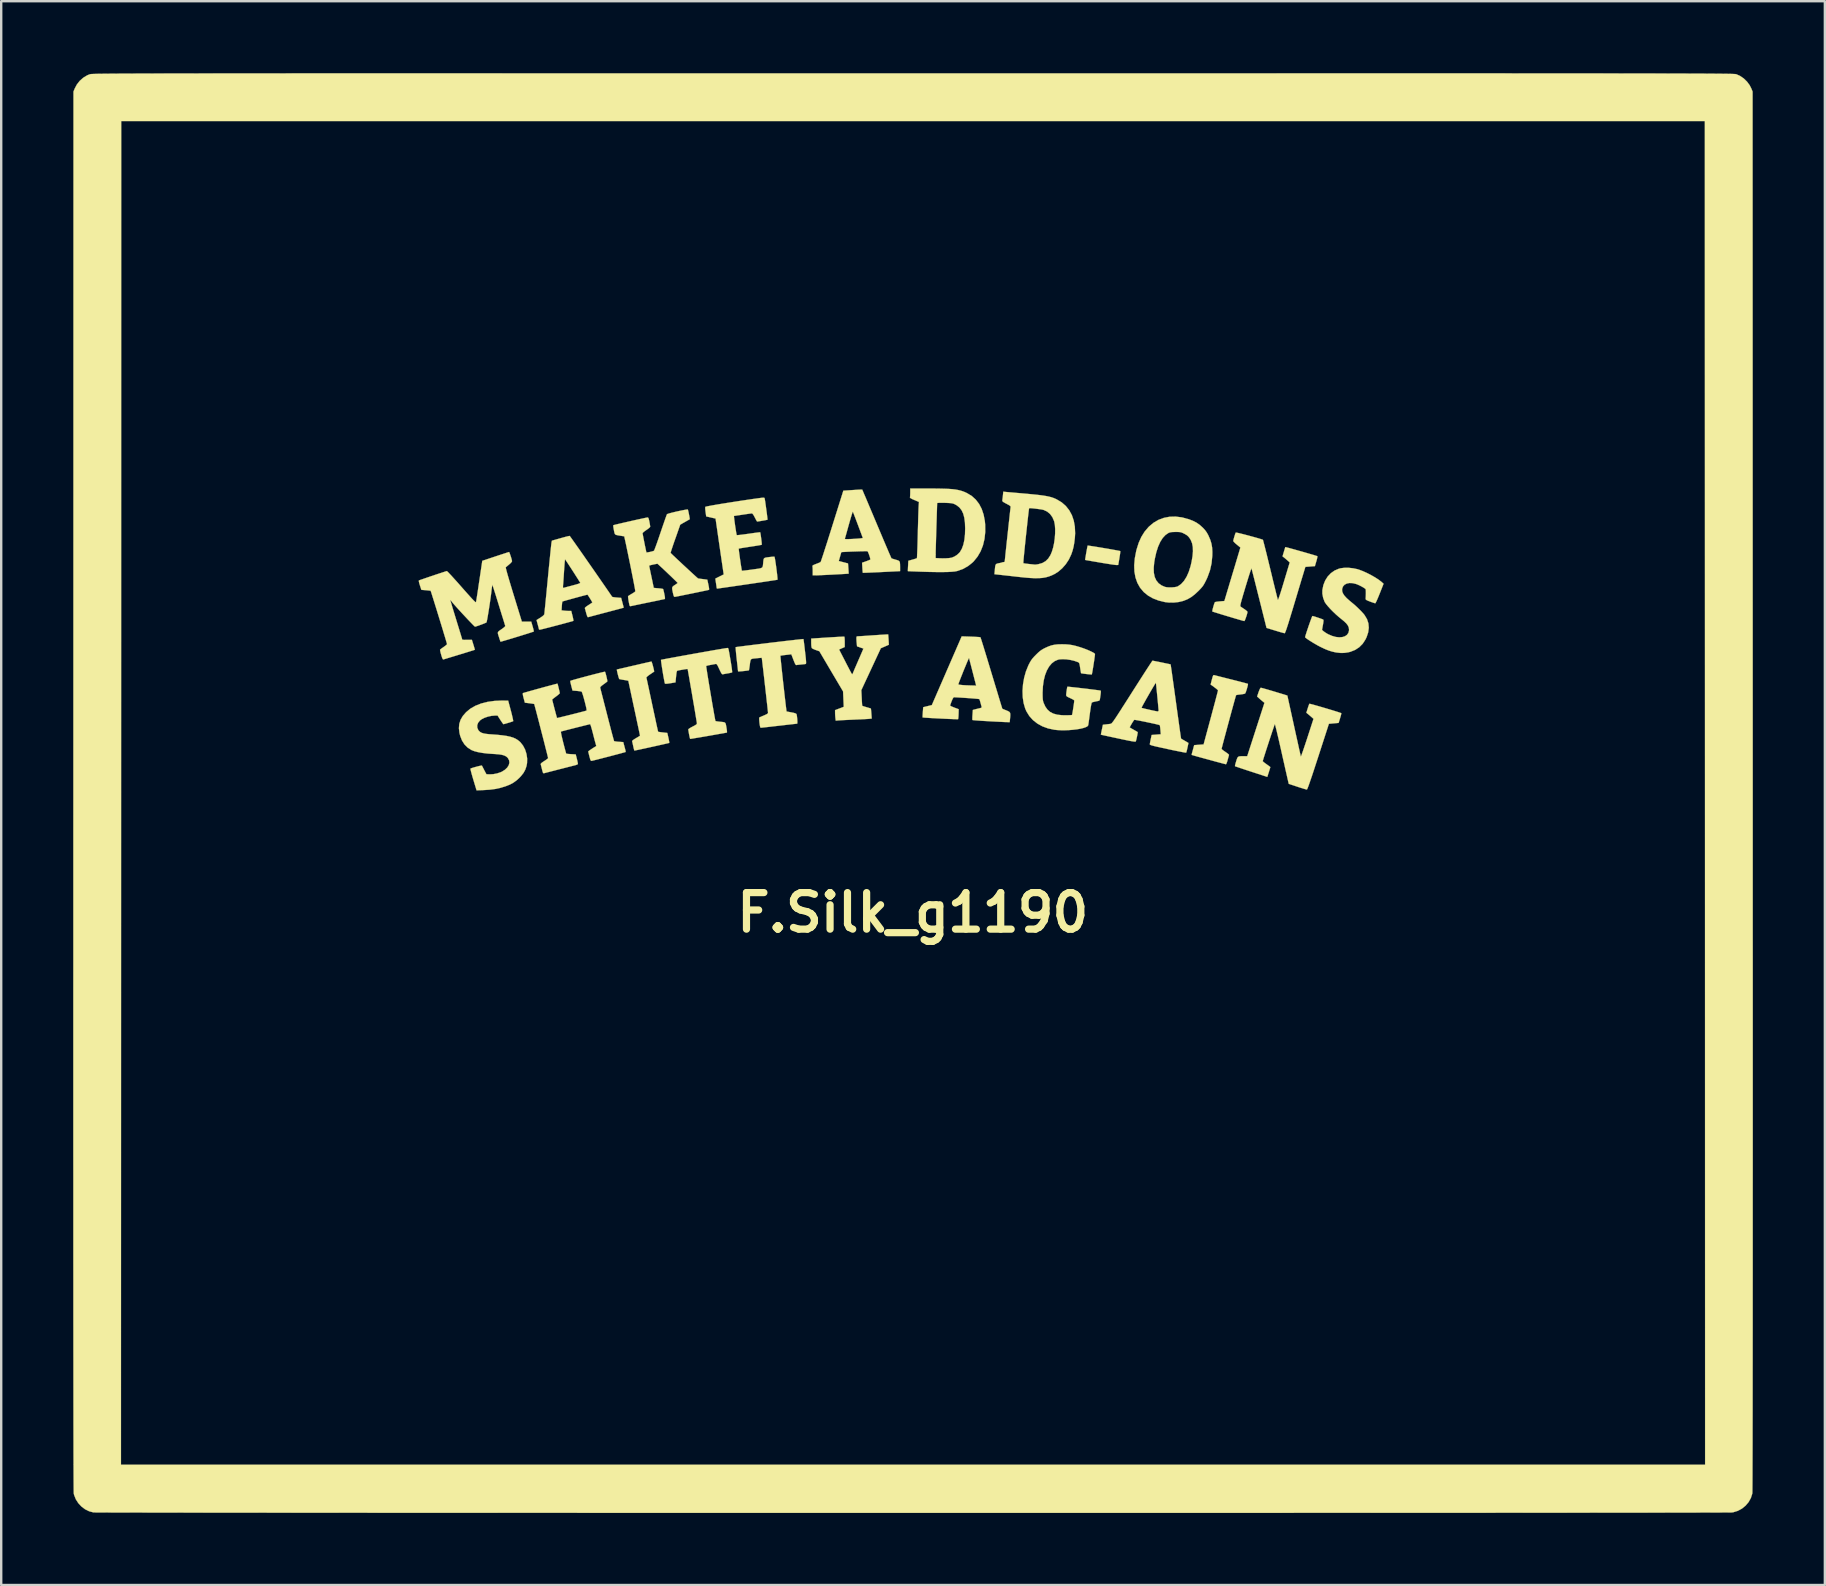
<source format=kicad_pcb>
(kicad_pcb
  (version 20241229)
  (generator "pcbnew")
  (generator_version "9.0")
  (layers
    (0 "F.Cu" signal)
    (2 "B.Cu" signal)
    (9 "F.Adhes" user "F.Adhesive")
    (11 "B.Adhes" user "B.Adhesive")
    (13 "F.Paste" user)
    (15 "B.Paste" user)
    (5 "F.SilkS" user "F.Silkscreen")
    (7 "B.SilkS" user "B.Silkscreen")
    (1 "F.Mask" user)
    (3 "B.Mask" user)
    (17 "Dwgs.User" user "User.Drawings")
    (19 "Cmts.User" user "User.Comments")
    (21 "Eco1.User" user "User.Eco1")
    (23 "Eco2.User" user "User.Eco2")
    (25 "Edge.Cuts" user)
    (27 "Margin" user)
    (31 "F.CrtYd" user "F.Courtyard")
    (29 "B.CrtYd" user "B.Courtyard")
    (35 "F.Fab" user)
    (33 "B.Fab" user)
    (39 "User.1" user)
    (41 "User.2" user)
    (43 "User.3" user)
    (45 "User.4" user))
  (footprint "F.Silk_g1190"
    (layer "F.Cu")
    (at 34.99 34.983)
    (property "Reference" "F.Silk_g1190" (at 0 0 0) (layer "F.SilkS") (effects (font (size 1.524 1.524) (thickness 0.3))))
    (attr through_hole)
    (fp_poly (pts (xy 7.31 -15.295) (xy 7.368 -15.287) (xy 7.455 -15.274) (xy 7.567 -15.257) (xy 7.695 -15.236) (xy 7.835 -15.213) (xy 7.981 -15.188) (xy 8.126 -15.164) (xy 8.264 -15.14) (xy 8.39 -15.117) (xy 8.498 -15.098) (xy 8.58 -15.082) (xy 8.632 -15.071) (xy 8.648 -15.066) (xy 8.648 -15.042) (xy 8.643 -14.985) (xy 8.631 -14.901) (xy 8.615 -14.8) (xy 8.611 -14.772) (xy 8.562 -14.489) (xy 8.498 -14.485) (xy 8.462 -14.488) (xy 8.389 -14.497) (xy 8.287 -14.511) (xy 8.16 -14.531) (xy 8.015 -14.554) (xy 7.857 -14.58) (xy 7.811 -14.588) (xy 7.654 -14.615) (xy 7.511 -14.639) (xy 7.388 -14.661) (xy 7.289 -14.678) (xy 7.22 -14.69) (xy 7.186 -14.697) (xy 7.183 -14.697) (xy 7.185 -14.718) (xy 7.192 -14.772) (xy 7.205 -14.849) (xy 7.22 -14.941) (xy 7.237 -15.037) (xy 7.254 -15.13) (xy 7.269 -15.21) (xy 7.281 -15.268) (xy 7.288 -15.295) (xy 7.288 -15.296) (xy 7.31 -15.295)) (stroke (width 0.01) (type solid)) (fill yes) (layer "F.SilkS"))
    (fp_poly (pts (xy 12.561 -9.897) (xy 12.591 -9.889) (xy 12.658 -9.872) (xy 12.755 -9.847) (xy 12.877 -9.816) (xy 13.02 -9.78) (xy 13.178 -9.74) (xy 13.282 -9.714) (xy 13.444 -9.673) (xy 13.593 -9.635) (xy 13.724 -9.601) (xy 13.831 -9.573) (xy 13.911 -9.551) (xy 13.957 -9.538) (xy 13.967 -9.535) (xy 13.968 -9.509) (xy 13.958 -9.455) (xy 13.939 -9.383) (xy 13.917 -9.304) (xy 13.893 -9.229) (xy 13.87 -9.168) (xy 13.853 -9.134) (xy 13.85 -9.131) (xy 13.816 -9.118) (xy 13.752 -9.105) (xy 13.671 -9.094) (xy 13.653 -9.092) (xy 13.572 -9.083) (xy 13.51 -9.073) (xy 13.476 -9.062) (xy 13.473 -9.06) (xy 13.465 -9.036) (xy 13.448 -8.976) (xy 13.422 -8.884) (xy 13.389 -8.765) (xy 13.35 -8.624) (xy 13.306 -8.464) (xy 13.259 -8.292) (xy 13.21 -8.11) (xy 13.16 -7.924) (xy 13.11 -7.739) (xy 13.062 -7.559) (xy 13.016 -7.388) (xy 12.974 -7.232) (xy 12.938 -7.095) (xy 12.908 -6.98) (xy 12.886 -6.894) (xy 12.873 -6.841) (xy 12.869 -6.825) (xy 12.886 -6.803) (xy 12.931 -6.765) (xy 12.995 -6.719) (xy 13.028 -6.697) (xy 13.097 -6.649) (xy 13.15 -6.607) (xy 13.177 -6.579) (xy 13.179 -6.572) (xy 13.171 -6.543) (xy 13.155 -6.484) (xy 13.133 -6.405) (xy 13.123 -6.366) (xy 13.099 -6.284) (xy 13.076 -6.222) (xy 13.058 -6.187) (xy 13.051 -6.182) (xy 13.026 -6.188) (xy 12.965 -6.204) (xy 12.873 -6.228) (xy 12.754 -6.26) (xy 12.614 -6.297) (xy 12.458 -6.34) (xy 12.33 -6.375) (xy 12.165 -6.42) (xy 12.014 -6.461) (xy 11.88 -6.498) (xy 11.77 -6.529) (xy 11.688 -6.553) (xy 11.637 -6.568) (xy 11.624 -6.573) (xy 11.625 -6.595) (xy 11.636 -6.646) (xy 11.649 -6.692) (xy 11.672 -6.776) (xy 11.695 -6.86) (xy 11.704 -6.893) (xy 11.727 -6.98) (xy 11.923 -6.995) (xy 12.12 -7.009) (xy 12.421 -8.124) (xy 12.477 -8.334) (xy 12.53 -8.532) (xy 12.579 -8.714) (xy 12.622 -8.876) (xy 12.658 -9.015) (xy 12.687 -9.126) (xy 12.708 -9.206) (xy 12.719 -9.252) (xy 12.721 -9.26) (xy 12.704 -9.282) (xy 12.661 -9.32) (xy 12.599 -9.369) (xy 12.566 -9.394) (xy 12.412 -9.506) (xy 12.464 -9.708) (xy 12.489 -9.8) (xy 12.508 -9.858) (xy 12.524 -9.889) (xy 12.541 -9.899) (xy 12.561 -9.897)) (stroke (width 0.01) (type solid)) (fill yes) (layer "F.SilkS"))
    (fp_poly (pts (xy 11.219 -16.471) (xy 11.49 -16.398) (xy 11.498 -16.396) (xy 11.675 -16.328) (xy 11.822 -16.253) (xy 11.953 -16.162) (xy 12.079 -16.049) (xy 12.091 -16.038) (xy 12.179 -15.942) (xy 12.249 -15.846) (xy 12.313 -15.732) (xy 12.328 -15.699) (xy 12.399 -15.535) (xy 12.447 -15.377) (xy 12.475 -15.212) (xy 12.485 -15.029) (xy 12.482 -14.87) (xy 12.452 -14.558) (xy 12.386 -14.264) (xy 12.282 -13.977) (xy 12.22 -13.843) (xy 12.165 -13.736) (xy 12.118 -13.654) (xy 12.069 -13.584) (xy 12.009 -13.514) (xy 11.93 -13.431) (xy 11.897 -13.398) (xy 11.748 -13.26) (xy 11.608 -13.153) (xy 11.467 -13.07) (xy 11.313 -13.005) (xy 11.25 -12.984) (xy 11.076 -12.943) (xy 10.883 -12.922) (xy 10.687 -12.921) (xy 10.507 -12.941) (xy 10.506 -12.942) (xy 10.243 -13.006) (xy 10.012 -13.095) (xy 9.812 -13.208) (xy 9.639 -13.347) (xy 9.617 -13.369) (xy 9.471 -13.543) (xy 9.359 -13.743) (xy 9.281 -13.966) (xy 9.237 -14.211) (xy 9.232 -14.362) (xy 10.04 -14.362) (xy 10.047 -14.159) (xy 10.083 -13.986) (xy 10.149 -13.842) (xy 10.245 -13.725) (xy 10.372 -13.634) (xy 10.509 -13.575) (xy 10.588 -13.559) (xy 10.69 -13.552) (xy 10.801 -13.554) (xy 10.909 -13.563) (xy 10.998 -13.58) (xy 11.046 -13.597) (xy 11.182 -13.692) (xy 11.304 -13.826) (xy 11.411 -13.997) (xy 11.503 -14.204) (xy 11.579 -14.446) (xy 11.619 -14.622) (xy 11.659 -14.857) (xy 11.676 -15.059) (xy 11.67 -15.235) (xy 11.641 -15.387) (xy 11.589 -15.52) (xy 11.541 -15.6) (xy 11.485 -15.672) (xy 11.424 -15.727) (xy 11.342 -15.776) (xy 11.316 -15.79) (xy 11.246 -15.824) (xy 11.19 -15.846) (xy 11.134 -15.858) (xy 11.065 -15.863) (xy 10.968 -15.864) (xy 10.956 -15.864) (xy 10.846 -15.862) (xy 10.766 -15.856) (xy 10.706 -15.842) (xy 10.657 -15.823) (xy 10.531 -15.737) (xy 10.416 -15.613) (xy 10.313 -15.45) (xy 10.224 -15.252) (xy 10.149 -15.019) (xy 10.089 -14.753) (xy 10.062 -14.594) (xy 10.04 -14.362) (xy 9.232 -14.362) (xy 9.228 -14.479) (xy 9.253 -14.767) (xy 9.312 -15.075) (xy 9.327 -15.133) (xy 9.415 -15.412) (xy 9.525 -15.658) (xy 9.659 -15.874) (xy 9.82 -16.064) (xy 9.842 -16.087) (xy 10.033 -16.247) (xy 10.242 -16.369) (xy 10.467 -16.452) (xy 10.706 -16.498) (xy 10.957 -16.504) (xy 11.219 -16.471)) (stroke (width 0.01) (type solid)) (fill yes) (layer "F.SilkS"))
    (fp_poly (pts (xy -1.026 -11.594) (xy -1.023 -11.572) (xy -1.019 -11.517) (xy -1.013 -11.438) (xy -1.009 -11.376) (xy -0.997 -11.163) (xy -1.164 -11.09) (xy -1.332 -11.017) (xy -1.738 -10.144) (xy -2.144 -9.272) (xy -2.128 -8.949) (xy -2.123 -8.836) (xy -2.117 -8.74) (xy -2.112 -8.667) (xy -2.107 -8.625) (xy -2.106 -8.618) (xy -2.084 -8.609) (xy -2.03 -8.592) (xy -1.956 -8.569) (xy -1.924 -8.56) (xy -1.845 -8.537) (xy -1.784 -8.518) (xy -1.749 -8.506) (xy -1.746 -8.504) (xy -1.742 -8.482) (xy -1.737 -8.427) (xy -1.73 -8.349) (xy -1.726 -8.294) (xy -1.711 -8.089) (xy -1.803 -8.077) (xy -1.849 -8.073) (xy -1.931 -8.068) (xy -2.041 -8.062) (xy -2.172 -8.055) (xy -2.318 -8.049) (xy -2.434 -8.044) (xy -2.588 -8.037) (xy -2.735 -8.03) (xy -2.867 -8.024) (xy -2.977 -8.018) (xy -3.057 -8.013) (xy -3.093 -8.011) (xy -3.211 -8) (xy -3.225 -8.111) (xy -3.233 -8.203) (xy -3.238 -8.3) (xy -3.238 -8.331) (xy -3.239 -8.438) (xy -3.058 -8.507) (xy -2.877 -8.576) (xy -2.891 -8.897) (xy -2.905 -9.218) (xy -3.4 -10.055) (xy -3.894 -10.893) (xy -4.037 -10.942) (xy -4.112 -10.971) (xy -4.173 -11) (xy -4.207 -11.024) (xy -4.207 -11.024) (xy -4.221 -11.065) (xy -4.23 -11.142) (xy -4.233 -11.239) (xy -4.233 -11.42) (xy -3.551 -11.465) (xy -3.385 -11.475) (xy -3.233 -11.484) (xy -3.099 -11.492) (xy -2.989 -11.497) (xy -2.908 -11.5) (xy -2.862 -11.501) (xy -2.852 -11.5) (xy -2.846 -11.476) (xy -2.84 -11.42) (xy -2.837 -11.34) (xy -2.836 -11.279) (xy -2.836 -11.068) (xy -2.954 -11.016) (xy -3.071 -10.964) (xy -2.823 -10.483) (xy -2.755 -10.35) (xy -2.691 -10.228) (xy -2.636 -10.122) (xy -2.591 -10.038) (xy -2.561 -9.982) (xy -2.548 -9.961) (xy -2.527 -9.934) (xy -2.513 -9.942) (xy -2.501 -9.971) (xy -2.486 -10.005) (xy -2.458 -10.072) (xy -2.419 -10.164) (xy -2.371 -10.275) (xy -2.317 -10.4) (xy -2.298 -10.443) (xy -2.242 -10.572) (xy -2.19 -10.691) (xy -2.146 -10.794) (xy -2.111 -10.874) (xy -2.089 -10.925) (xy -2.086 -10.934) (xy -2.057 -11.003) (xy -2.323 -11.097) (xy -2.336 -11.224) (xy -2.344 -11.31) (xy -2.348 -11.393) (xy -2.349 -11.433) (xy -2.346 -11.487) (xy -2.331 -11.51) (xy -2.302 -11.515) (xy -2.269 -11.516) (xy -2.2 -11.52) (xy -2.1 -11.526) (xy -1.975 -11.534) (xy -1.832 -11.544) (xy -1.675 -11.555) (xy -1.642 -11.557) (xy -1.486 -11.567) (xy -1.344 -11.577) (xy -1.222 -11.584) (xy -1.125 -11.59) (xy -1.058 -11.593) (xy -1.027 -11.594) (xy -1.026 -11.594)) (stroke (width 0.01) (type solid)) (fill yes) (layer "F.SilkS"))
    (fp_poly (pts (xy -10.881 -10.446) (xy -10.864 -10.397) (xy -10.843 -10.328) (xy -10.822 -10.249) (xy -10.802 -10.17) (xy -10.787 -10.103) (xy -10.779 -10.057) (xy -10.78 -10.042) (xy -10.798 -10.03) (xy -10.844 -10) (xy -10.908 -9.956) (xy -10.948 -9.93) (xy -11.019 -9.879) (xy -11.072 -9.835) (xy -11.1 -9.804) (xy -11.102 -9.795) (xy -11.096 -9.77) (xy -11.082 -9.707) (xy -11.061 -9.611) (xy -11.034 -9.485) (xy -11.001 -9.333) (xy -10.964 -9.159) (xy -10.923 -8.968) (xy -10.879 -8.762) (xy -10.857 -8.657) (xy -10.812 -8.447) (xy -10.769 -8.249) (xy -10.73 -8.068) (xy -10.696 -7.907) (xy -10.666 -7.77) (xy -10.642 -7.662) (xy -10.625 -7.585) (xy -10.615 -7.544) (xy -10.613 -7.538) (xy -10.59 -7.532) (xy -10.536 -7.524) (xy -10.458 -7.514) (xy -10.418 -7.509) (xy -10.23 -7.488) (xy -10.184 -7.286) (xy -10.166 -7.199) (xy -10.153 -7.128) (xy -10.148 -7.084) (xy -10.149 -7.073) (xy -10.171 -7.067) (xy -10.228 -7.053) (xy -10.315 -7.033) (xy -10.426 -7.008) (xy -10.556 -6.979) (xy -10.698 -6.947) (xy -10.847 -6.914) (xy -10.997 -6.881) (xy -11.142 -6.849) (xy -11.277 -6.82) (xy -11.396 -6.794) (xy -11.493 -6.774) (xy -11.562 -6.76) (xy -11.598 -6.753) (xy -11.6 -6.753) (xy -11.609 -6.772) (xy -11.624 -6.823) (xy -11.642 -6.897) (xy -11.65 -6.936) (xy -11.668 -7.021) (xy -11.684 -7.092) (xy -11.695 -7.137) (xy -11.698 -7.145) (xy -11.685 -7.167) (xy -11.641 -7.203) (xy -11.572 -7.248) (xy -11.537 -7.269) (xy -11.463 -7.312) (xy -11.405 -7.347) (xy -11.372 -7.369) (xy -11.367 -7.374) (xy -11.371 -7.395) (xy -11.383 -7.454) (xy -11.403 -7.547) (xy -11.429 -7.67) (xy -11.461 -7.82) (xy -11.498 -7.991) (xy -11.538 -8.182) (xy -11.582 -8.387) (xy -11.61 -8.516) (xy -11.656 -8.729) (xy -11.698 -8.929) (xy -11.738 -9.113) (xy -11.772 -9.276) (xy -11.802 -9.416) (xy -11.826 -9.527) (xy -11.843 -9.607) (xy -11.852 -9.652) (xy -11.853 -9.66) (xy -11.873 -9.667) (xy -11.924 -9.678) (xy -11.999 -9.69) (xy -12.032 -9.695) (xy -12.116 -9.709) (xy -12.184 -9.722) (xy -12.226 -9.733) (xy -12.232 -9.735) (xy -12.243 -9.758) (xy -12.26 -9.81) (xy -12.28 -9.881) (xy -12.3 -9.959) (xy -12.317 -10.034) (xy -12.33 -10.094) (xy -12.334 -10.127) (xy -12.333 -10.131) (xy -12.312 -10.136) (xy -12.256 -10.15) (xy -12.171 -10.17) (xy -12.061 -10.195) (xy -11.932 -10.225) (xy -11.791 -10.258) (xy -11.643 -10.292) (xy -11.494 -10.326) (xy -11.35 -10.36) (xy -11.215 -10.391) (xy -11.097 -10.418) (xy -11 -10.44) (xy -10.931 -10.455) (xy -10.895 -10.463) (xy -10.891 -10.464) (xy -10.881 -10.446)) (stroke (width 0.01) (type solid)) (fill yes) (layer "F.SilkS"))
    (fp_poly (pts (xy -16.75 -8.414) (xy -16.717 -8.287) (xy -16.69 -8.174) (xy -16.669 -8.081) (xy -16.656 -8.014) (xy -16.652 -7.98) (xy -16.653 -7.978) (xy -16.678 -7.967) (xy -16.732 -7.948) (xy -16.804 -7.925) (xy -16.884 -7.901) (xy -16.961 -7.878) (xy -17.023 -7.861) (xy -17.059 -7.853) (xy -17.062 -7.853) (xy -17.077 -7.87) (xy -17.11 -7.915) (xy -17.154 -7.98) (xy -17.189 -8.033) (xy -17.304 -8.213) (xy -17.401 -8.213) (xy -17.551 -8.201) (xy -17.703 -8.169) (xy -17.846 -8.12) (xy -17.968 -8.058) (xy -18.036 -8.008) (xy -18.112 -7.916) (xy -18.151 -7.816) (xy -18.151 -7.714) (xy -18.112 -7.616) (xy -18.086 -7.581) (xy -18.037 -7.533) (xy -17.974 -7.496) (xy -17.892 -7.469) (xy -17.783 -7.449) (xy -17.642 -7.434) (xy -17.558 -7.428) (xy -17.311 -7.41) (xy -17.102 -7.388) (xy -16.926 -7.363) (xy -16.779 -7.331) (xy -16.654 -7.293) (xy -16.549 -7.246) (xy -16.459 -7.19) (xy -16.377 -7.123) (xy -16.353 -7.1) (xy -16.243 -6.961) (xy -16.157 -6.797) (xy -16.099 -6.614) (xy -16.071 -6.424) (xy -16.075 -6.236) (xy -16.098 -6.107) (xy -16.149 -5.957) (xy -16.223 -5.821) (xy -16.328 -5.689) (xy -16.393 -5.62) (xy -16.521 -5.504) (xy -16.65 -5.412) (xy -16.793 -5.335) (xy -16.964 -5.267) (xy -16.992 -5.258) (xy -17.197 -5.196) (xy -17.404 -5.152) (xy -17.627 -5.123) (xy -17.878 -5.107) (xy -17.879 -5.107) (xy -18.179 -5.095) (xy -18.243 -5.305) (xy -18.301 -5.497) (xy -18.35 -5.662) (xy -18.388 -5.797) (xy -18.415 -5.9) (xy -18.431 -5.968) (xy -18.434 -5.999) (xy -18.433 -6) (xy -18.406 -6.014) (xy -18.349 -6.033) (xy -18.274 -6.056) (xy -18.189 -6.079) (xy -18.105 -6.101) (xy -18.032 -6.118) (xy -17.979 -6.127) (xy -17.955 -6.127) (xy -17.955 -6.126) (xy -17.943 -6.1) (xy -17.915 -6.046) (xy -17.877 -5.973) (xy -17.859 -5.937) (xy -17.769 -5.768) (xy -17.639 -5.762) (xy -17.488 -5.769) (xy -17.325 -5.8) (xy -17.173 -5.851) (xy -17.124 -5.873) (xy -16.997 -5.953) (xy -16.901 -6.044) (xy -16.839 -6.141) (xy -16.811 -6.242) (xy -16.821 -6.341) (xy -16.869 -6.433) (xy -16.899 -6.469) (xy -16.957 -6.515) (xy -17.031 -6.55) (xy -17.127 -6.577) (xy -17.251 -6.596) (xy -17.409 -6.609) (xy -17.49 -6.613) (xy -17.723 -6.629) (xy -17.936 -6.655) (xy -18.124 -6.689) (xy -18.28 -6.731) (xy -18.389 -6.774) (xy -18.55 -6.876) (xy -18.682 -7.009) (xy -18.786 -7.172) (xy -18.862 -7.367) (xy -18.892 -7.49) (xy -18.915 -7.685) (xy -18.9 -7.865) (xy -18.846 -8.034) (xy -18.752 -8.195) (xy -18.617 -8.35) (xy -18.441 -8.497) (xy -18.232 -8.618) (xy -17.993 -8.713) (xy -17.725 -8.782) (xy -17.432 -8.823) (xy -17.147 -8.836) (xy -16.863 -8.837) (xy -16.75 -8.414)) (stroke (width 0.01) (type solid)) (fill yes) (layer "F.SilkS"))
    (fp_poly (pts (xy 0.619 -17.674) (xy 0.893 -17.673) (xy 1.128 -17.67) (xy 1.33 -17.665) (xy 1.503 -17.658) (xy 1.651 -17.647) (xy 1.779 -17.632) (xy 1.89 -17.612) (xy 1.989 -17.588) (xy 2.082 -17.559) (xy 2.171 -17.524) (xy 2.261 -17.482) (xy 2.264 -17.48) (xy 2.458 -17.363) (xy 2.624 -17.213) (xy 2.763 -17.033) (xy 2.872 -16.824) (xy 2.952 -16.585) (xy 3.003 -16.32) (xy 3.017 -16.17) (xy 3.02 -15.863) (xy 2.989 -15.573) (xy 2.924 -15.303) (xy 2.827 -15.056) (xy 2.697 -14.833) (xy 2.537 -14.636) (xy 2.494 -14.594) (xy 2.305 -14.442) (xy 2.093 -14.322) (xy 1.865 -14.24) (xy 1.841 -14.234) (xy 1.744 -14.216) (xy 1.609 -14.204) (xy 1.437 -14.195) (xy 1.225 -14.192) (xy 0.974 -14.193) (xy 0.683 -14.198) (xy 0.413 -14.206) (xy 0.257 -14.211) (xy 0.115 -14.217) (xy -0.007 -14.221) (xy -0.105 -14.225) (xy -0.171 -14.228) (xy -0.203 -14.23) (xy -0.204 -14.231) (xy -0.205 -14.252) (xy -0.203 -14.307) (xy -0.2 -14.385) (xy -0.196 -14.448) (xy -0.185 -14.662) (xy -0.013 -14.711) (xy 0.067 -14.734) (xy 0.131 -14.755) (xy 0.167 -14.769) (xy 0.172 -14.772) (xy 0.172 -14.776) (xy 0.953 -14.776) (xy 1.106 -14.768) (xy 1.245 -14.763) (xy 1.381 -14.766) (xy 1.504 -14.774) (xy 1.601 -14.788) (xy 1.631 -14.795) (xy 1.739 -14.841) (xy 1.849 -14.912) (xy 1.94 -14.997) (xy 1.967 -15.03) (xy 2.047 -15.168) (xy 2.108 -15.335) (xy 2.151 -15.533) (xy 2.176 -15.766) (xy 2.183 -16.013) (xy 2.174 -16.253) (xy 2.147 -16.458) (xy 2.101 -16.629) (xy 2.033 -16.771) (xy 1.943 -16.885) (xy 1.83 -16.975) (xy 1.737 -17.025) (xy 1.69 -17.044) (xy 1.636 -17.057) (xy 1.568 -17.066) (xy 1.475 -17.072) (xy 1.35 -17.077) (xy 1.328 -17.078) (xy 1.219 -17.079) (xy 1.126 -17.079) (xy 1.057 -17.076) (xy 1.02 -17.071) (xy 1.015 -17.068) (xy 1.015 -17.044) (xy 1.013 -16.981) (xy 1.01 -16.885) (xy 1.006 -16.76) (xy 1.001 -16.609) (xy 0.996 -16.437) (xy 0.99 -16.248) (xy 0.984 -16.066) (xy 0.978 -15.859) (xy 0.972 -15.661) (xy 0.967 -15.476) (xy 0.962 -15.309) (xy 0.958 -15.165) (xy 0.955 -15.049) (xy 0.954 -14.967) (xy 0.953 -14.929) (xy 0.953 -14.776) (xy 0.172 -14.776) (xy 0.175 -14.795) (xy 0.179 -14.856) (xy 0.183 -14.952) (xy 0.188 -15.076) (xy 0.194 -15.227) (xy 0.199 -15.399) (xy 0.204 -15.587) (xy 0.209 -15.78) (xy 0.214 -15.988) (xy 0.22 -16.188) (xy 0.225 -16.377) (xy 0.23 -16.547) (xy 0.235 -16.695) (xy 0.239 -16.815) (xy 0.243 -16.901) (xy 0.245 -16.944) (xy 0.257 -17.114) (xy 0.064 -17.196) (xy -0.031 -17.238) (xy -0.089 -17.27) (xy -0.116 -17.294) (xy -0.118 -17.308) (xy -0.112 -17.343) (xy -0.108 -17.408) (xy -0.106 -17.489) (xy -0.106 -17.507) (xy -0.106 -17.674) (xy 0.619 -17.674)) (stroke (width 0.01) (type solid)) (fill yes) (layer "F.SilkS"))
    (fp_poly (pts (xy 18.168 -14.37) (xy 18.35 -14.35) (xy 18.525 -14.314) (xy 18.599 -14.291) (xy 18.757 -14.231) (xy 18.926 -14.155) (xy 19.096 -14.068) (xy 19.259 -13.975) (xy 19.403 -13.883) (xy 19.518 -13.796) (xy 19.542 -13.776) (xy 19.62 -13.705) (xy 19.459 -13.298) (xy 19.41 -13.176) (xy 19.364 -13.068) (xy 19.325 -12.981) (xy 19.295 -12.921) (xy 19.277 -12.892) (xy 19.274 -12.891) (xy 19.245 -12.898) (xy 19.187 -12.917) (xy 19.109 -12.944) (xy 19.061 -12.962) (xy 18.972 -12.996) (xy 18.916 -13.022) (xy 18.886 -13.043) (xy 18.874 -13.065) (xy 18.873 -13.083) (xy 18.879 -13.197) (xy 18.882 -13.302) (xy 18.881 -13.391) (xy 18.878 -13.453) (xy 18.872 -13.48) (xy 18.841 -13.508) (xy 18.781 -13.548) (xy 18.703 -13.592) (xy 18.617 -13.636) (xy 18.532 -13.674) (xy 18.477 -13.695) (xy 18.331 -13.731) (xy 18.199 -13.736) (xy 18.084 -13.713) (xy 17.992 -13.663) (xy 17.927 -13.588) (xy 17.893 -13.489) (xy 17.892 -13.478) (xy 17.895 -13.393) (xy 17.926 -13.306) (xy 17.986 -13.212) (xy 18.079 -13.11) (xy 18.207 -12.995) (xy 18.291 -12.926) (xy 18.395 -12.84) (xy 18.505 -12.74) (xy 18.615 -12.634) (xy 18.715 -12.532) (xy 18.795 -12.442) (xy 18.831 -12.396) (xy 18.93 -12.23) (xy 18.988 -12.054) (xy 19.004 -11.871) (xy 18.979 -11.679) (xy 18.913 -11.481) (xy 18.864 -11.38) (xy 18.75 -11.205) (xy 18.607 -11.061) (xy 18.437 -10.949) (xy 18.242 -10.871) (xy 18.15 -10.848) (xy 17.992 -10.824) (xy 17.834 -10.821) (xy 17.661 -10.84) (xy 17.607 -10.849) (xy 17.467 -10.881) (xy 17.325 -10.926) (xy 17.171 -10.988) (xy 16.997 -11.071) (xy 16.949 -11.095) (xy 16.855 -11.146) (xy 16.752 -11.205) (xy 16.647 -11.268) (xy 16.548 -11.33) (xy 16.461 -11.387) (xy 16.395 -11.435) (xy 16.356 -11.468) (xy 16.35 -11.475) (xy 16.354 -11.498) (xy 16.369 -11.554) (xy 16.395 -11.636) (xy 16.427 -11.736) (xy 16.465 -11.848) (xy 16.504 -11.964) (xy 16.544 -12.077) (xy 16.581 -12.18) (xy 16.613 -12.267) (xy 16.637 -12.329) (xy 16.652 -12.36) (xy 16.652 -12.361) (xy 16.674 -12.358) (xy 16.725 -12.344) (xy 16.796 -12.322) (xy 16.878 -12.295) (xy 16.96 -12.267) (xy 17.033 -12.241) (xy 17.086 -12.22) (xy 17.107 -12.21) (xy 17.116 -12.185) (xy 17.113 -12.124) (xy 17.099 -12.025) (xy 17.092 -11.989) (xy 17.055 -11.781) (xy 17.126 -11.72) (xy 17.187 -11.676) (xy 17.264 -11.628) (xy 17.314 -11.6) (xy 17.476 -11.531) (xy 17.63 -11.488) (xy 17.774 -11.473) (xy 17.902 -11.483) (xy 18.011 -11.517) (xy 18.096 -11.576) (xy 18.154 -11.657) (xy 18.18 -11.76) (xy 18.181 -11.792) (xy 18.17 -11.879) (xy 18.134 -11.963) (xy 18.07 -12.049) (xy 17.974 -12.142) (xy 17.855 -12.239) (xy 17.744 -12.33) (xy 17.627 -12.433) (xy 17.511 -12.544) (xy 17.402 -12.655) (xy 17.306 -12.761) (xy 17.228 -12.856) (xy 17.175 -12.932) (xy 17.163 -12.954) (xy 17.101 -13.121) (xy 17.069 -13.292) (xy 17.07 -13.444) (xy 17.112 -13.652) (xy 17.187 -13.84) (xy 17.291 -14.006) (xy 17.423 -14.145) (xy 17.578 -14.255) (xy 17.753 -14.33) (xy 17.838 -14.352) (xy 17.992 -14.371) (xy 18.168 -14.37)) (stroke (width 0.01) (type solid)) (fill yes) (layer "F.SilkS"))
    (fp_poly (pts (xy 2.422 -11.501) (xy 2.545 -11.496) (xy 2.654 -11.49) (xy 2.74 -11.485) (xy 2.798 -11.479) (xy 2.82 -11.474) (xy 2.828 -11.452) (xy 2.848 -11.393) (xy 2.878 -11.3) (xy 2.917 -11.175) (xy 2.964 -11.023) (xy 3.018 -10.847) (xy 3.079 -10.649) (xy 3.144 -10.433) (xy 3.214 -10.202) (xy 3.281 -9.98) (xy 3.354 -9.739) (xy 3.423 -9.51) (xy 3.488 -9.297) (xy 3.547 -9.101) (xy 3.599 -8.928) (xy 3.644 -8.779) (xy 3.681 -8.658) (xy 3.709 -8.569) (xy 3.726 -8.513) (xy 3.732 -8.496) (xy 3.752 -8.487) (xy 3.802 -8.466) (xy 3.872 -8.438) (xy 3.895 -8.429) (xy 3.97 -8.397) (xy 4.021 -8.368) (xy 4.051 -8.333) (xy 4.063 -8.283) (xy 4.063 -8.209) (xy 4.055 -8.102) (xy 4.054 -8.091) (xy 4.039 -7.938) (xy 3.888 -7.94) (xy 3.827 -7.942) (xy 3.731 -7.947) (xy 3.606 -7.953) (xy 3.461 -7.96) (xy 3.302 -7.968) (xy 3.136 -7.978) (xy 3.117 -7.979) (xy 2.96 -7.988) (xy 2.816 -7.997) (xy 2.692 -8.006) (xy 2.592 -8.014) (xy 2.523 -8.021) (xy 2.489 -8.026) (xy 2.486 -8.027) (xy 2.482 -8.052) (xy 2.482 -8.109) (xy 2.485 -8.189) (xy 2.489 -8.242) (xy 2.503 -8.445) (xy 2.578 -8.466) (xy 2.644 -8.483) (xy 2.726 -8.503) (xy 2.766 -8.512) (xy 2.834 -8.53) (xy 2.866 -8.549) (xy 2.87 -8.571) (xy 2.86 -8.608) (xy 2.843 -8.671) (xy 2.824 -8.742) (xy 2.803 -8.814) (xy 2.785 -8.87) (xy 2.772 -8.897) (xy 2.749 -8.902) (xy 2.69 -8.909) (xy 2.603 -8.917) (xy 2.493 -8.926) (xy 2.369 -8.936) (xy 2.236 -8.945) (xy 2.102 -8.954) (xy 1.974 -8.962) (xy 1.857 -8.968) (xy 1.76 -8.973) (xy 1.714 -8.974) (xy 1.688 -8.954) (xy 1.655 -8.895) (xy 1.619 -8.811) (xy 1.59 -8.733) (xy 1.568 -8.67) (xy 1.556 -8.633) (xy 1.556 -8.628) (xy 1.574 -8.614) (xy 1.624 -8.589) (xy 1.695 -8.559) (xy 1.735 -8.543) (xy 1.914 -8.477) (xy 1.908 -8.276) (xy 1.904 -8.188) (xy 1.898 -8.116) (xy 1.891 -8.071) (xy 1.887 -8.061) (xy 1.865 -8.06) (xy 1.806 -8.061) (xy 1.716 -8.063) (xy 1.602 -8.068) (xy 1.469 -8.073) (xy 1.324 -8.08) (xy 1.171 -8.087) (xy 1.018 -8.095) (xy 0.87 -8.103) (xy 0.733 -8.11) (xy 0.613 -8.118) (xy 0.515 -8.124) (xy 0.446 -8.13) (xy 0.412 -8.134) (xy 0.41 -8.135) (xy 0.409 -8.157) (xy 0.41 -8.212) (xy 0.415 -8.291) (xy 0.419 -8.35) (xy 0.434 -8.56) (xy 0.794 -8.649) (xy 1.17 -9.514) (xy 1.898 -9.514) (xy 1.917 -9.503) (xy 1.974 -9.493) (xy 2.065 -9.483) (xy 2.186 -9.475) (xy 2.334 -9.469) (xy 2.458 -9.466) (xy 2.641 -9.461) (xy 2.496 -10.024) (xy 2.458 -10.173) (xy 2.423 -10.308) (xy 2.393 -10.425) (xy 2.368 -10.519) (xy 2.352 -10.582) (xy 2.344 -10.611) (xy 2.344 -10.611) (xy 2.335 -10.597) (xy 2.313 -10.55) (xy 2.28 -10.475) (xy 2.239 -10.378) (xy 2.193 -10.266) (xy 2.142 -10.144) (xy 2.091 -10.018) (xy 2.042 -9.894) (xy 1.996 -9.778) (xy 1.956 -9.676) (xy 1.925 -9.594) (xy 1.905 -9.537) (xy 1.898 -9.514) (xy 1.17 -9.514) (xy 2.039 -11.513) (xy 2.422 -11.501)) (stroke (width 0.01) (type solid)) (fill yes) (layer "F.SilkS"))
    (fp_poly (pts (xy 14.529 -9.366) (xy 14.591 -9.351) (xy 14.682 -9.325) (xy 14.797 -9.292) (xy 14.93 -9.253) (xy 15.071 -9.211) (xy 15.61 -9.046) (xy 15.887 -7.788) (xy 15.936 -7.563) (xy 15.983 -7.35) (xy 16.027 -7.153) (xy 16.066 -6.976) (xy 16.1 -6.821) (xy 16.129 -6.693) (xy 16.151 -6.595) (xy 16.166 -6.531) (xy 16.172 -6.505) (xy 16.172 -6.505) (xy 16.181 -6.519) (xy 16.201 -6.569) (xy 16.23 -6.651) (xy 16.269 -6.761) (xy 16.314 -6.895) (xy 16.366 -7.049) (xy 16.422 -7.218) (xy 16.441 -7.277) (xy 16.7 -8.075) (xy 16.642 -8.128) (xy 16.59 -8.173) (xy 16.526 -8.228) (xy 16.493 -8.256) (xy 16.402 -8.33) (xy 16.458 -8.51) (xy 16.485 -8.592) (xy 16.508 -8.658) (xy 16.525 -8.698) (xy 16.528 -8.704) (xy 16.551 -8.701) (xy 16.607 -8.687) (xy 16.693 -8.665) (xy 16.801 -8.634) (xy 16.926 -8.599) (xy 17.063 -8.559) (xy 17.205 -8.517) (xy 17.346 -8.475) (xy 17.482 -8.434) (xy 17.605 -8.396) (xy 17.71 -8.363) (xy 17.791 -8.336) (xy 17.843 -8.318) (xy 17.859 -8.311) (xy 17.857 -8.287) (xy 17.845 -8.233) (xy 17.824 -8.157) (xy 17.808 -8.103) (xy 17.747 -7.906) (xy 17.342 -7.869) (xy 16.899 -6.501) (xy 16.8 -6.199) (xy 16.714 -5.936) (xy 16.64 -5.711) (xy 16.576 -5.525) (xy 16.525 -5.376) (xy 16.484 -5.262) (xy 16.453 -5.184) (xy 16.433 -5.14) (xy 16.424 -5.129) (xy 16.395 -5.134) (xy 16.333 -5.151) (xy 16.245 -5.178) (xy 16.138 -5.211) (xy 16.034 -5.245) (xy 15.918 -5.284) (xy 15.817 -5.317) (xy 15.738 -5.343) (xy 15.687 -5.361) (xy 15.669 -5.366) (xy 15.664 -5.387) (xy 15.65 -5.445) (xy 15.629 -5.537) (xy 15.601 -5.66) (xy 15.567 -5.81) (xy 15.527 -5.983) (xy 15.484 -6.177) (xy 15.436 -6.387) (xy 15.386 -6.61) (xy 15.384 -6.62) (xy 15.334 -6.843) (xy 15.286 -7.053) (xy 15.242 -7.246) (xy 15.201 -7.418) (xy 15.166 -7.567) (xy 15.136 -7.689) (xy 15.113 -7.781) (xy 15.097 -7.838) (xy 15.089 -7.858) (xy 15.089 -7.858) (xy 15.08 -7.835) (xy 15.059 -7.778) (xy 15.03 -7.691) (xy 14.992 -7.58) (xy 14.949 -7.45) (xy 14.902 -7.307) (xy 14.852 -7.156) (xy 14.802 -7.002) (xy 14.753 -6.852) (xy 14.707 -6.709) (xy 14.666 -6.581) (xy 14.631 -6.471) (xy 14.605 -6.386) (xy 14.589 -6.331) (xy 14.584 -6.312) (xy 14.6 -6.293) (xy 14.644 -6.256) (xy 14.707 -6.209) (xy 14.743 -6.183) (xy 14.812 -6.134) (xy 14.866 -6.094) (xy 14.897 -6.068) (xy 14.901 -6.063) (xy 14.895 -6.041) (xy 14.879 -5.987) (xy 14.855 -5.911) (xy 14.838 -5.855) (xy 14.774 -5.656) (xy 14.106 -5.874) (xy 13.946 -5.926) (xy 13.799 -5.975) (xy 13.67 -6.018) (xy 13.564 -6.054) (xy 13.485 -6.081) (xy 13.439 -6.097) (xy 13.428 -6.102) (xy 13.429 -6.125) (xy 13.441 -6.18) (xy 13.462 -6.255) (xy 13.476 -6.304) (xy 13.505 -6.396) (xy 13.531 -6.458) (xy 13.563 -6.494) (xy 13.61 -6.512) (xy 13.682 -6.518) (xy 13.78 -6.519) (xy 13.938 -6.52) (xy 14.656 -8.743) (xy 14.572 -8.811) (xy 14.505 -8.867) (xy 14.438 -8.926) (xy 14.419 -8.943) (xy 14.35 -9.006) (xy 14.41 -9.186) (xy 14.442 -9.27) (xy 14.471 -9.333) (xy 14.495 -9.367) (xy 14.501 -9.371) (xy 14.529 -9.366)) (stroke (width 0.01) (type solid)) (fill yes) (layer "F.SilkS"))
    (fp_poly (pts (xy 3.849 -17.534) (xy 3.892 -17.53) (xy 3.97 -17.523) (xy 4.076 -17.514) (xy 4.203 -17.503) (xy 4.345 -17.49) (xy 4.434 -17.483) (xy 4.706 -17.459) (xy 4.94 -17.437) (xy 5.139 -17.417) (xy 5.308 -17.398) (xy 5.452 -17.378) (xy 5.573 -17.358) (xy 5.677 -17.336) (xy 5.767 -17.313) (xy 5.847 -17.287) (xy 5.922 -17.257) (xy 5.995 -17.223) (xy 6.001 -17.22) (xy 6.205 -17.098) (xy 6.378 -16.947) (xy 6.52 -16.768) (xy 6.631 -16.564) (xy 6.709 -16.335) (xy 6.754 -16.083) (xy 6.766 -15.809) (xy 6.755 -15.62) (xy 6.731 -15.42) (xy 6.701 -15.249) (xy 6.661 -15.092) (xy 6.608 -14.935) (xy 6.6 -14.917) (xy 6.503 -14.712) (xy 6.376 -14.52) (xy 6.226 -14.349) (xy 6.06 -14.206) (xy 5.91 -14.112) (xy 5.788 -14.053) (xy 5.666 -14.007) (xy 5.54 -13.972) (xy 5.404 -13.949) (xy 5.254 -13.938) (xy 5.083 -13.937) (xy 4.886 -13.946) (xy 4.658 -13.965) (xy 4.413 -13.991) (xy 4.251 -14.009) (xy 4.088 -14.028) (xy 3.933 -14.045) (xy 3.796 -14.06) (xy 3.687 -14.072) (xy 3.643 -14.077) (xy 3.403 -14.103) (xy 3.417 -14.253) (xy 3.427 -14.366) (xy 3.437 -14.443) (xy 3.451 -14.494) (xy 3.476 -14.526) (xy 3.515 -14.545) (xy 3.575 -14.559) (xy 3.598 -14.564) (xy 4.606 -14.564) (xy 4.631 -14.557) (xy 4.688 -14.547) (xy 4.77 -14.537) (xy 4.844 -14.528) (xy 4.938 -14.518) (xy 5.018 -14.51) (xy 5.073 -14.504) (xy 5.092 -14.502) (xy 5.124 -14.504) (xy 5.183 -14.512) (xy 5.239 -14.522) (xy 5.398 -14.568) (xy 5.531 -14.644) (xy 5.643 -14.752) (xy 5.735 -14.895) (xy 5.798 -15.042) (xy 5.849 -15.21) (xy 5.889 -15.398) (xy 5.917 -15.595) (xy 5.932 -15.793) (xy 5.934 -15.982) (xy 5.922 -16.153) (xy 5.895 -16.295) (xy 5.887 -16.321) (xy 5.817 -16.482) (xy 5.719 -16.615) (xy 5.597 -16.715) (xy 5.454 -16.781) (xy 5.432 -16.787) (xy 5.382 -16.798) (xy 5.307 -16.81) (xy 5.215 -16.822) (xy 5.118 -16.835) (xy 5.023 -16.845) (xy 4.94 -16.853) (xy 4.879 -16.857) (xy 4.85 -16.856) (xy 4.849 -16.856) (xy 4.844 -16.833) (xy 4.836 -16.774) (xy 4.824 -16.681) (xy 4.81 -16.561) (xy 4.794 -16.417) (xy 4.776 -16.255) (xy 4.757 -16.078) (xy 4.737 -15.893) (xy 4.716 -15.703) (xy 4.696 -15.513) (xy 4.677 -15.328) (xy 4.659 -15.153) (xy 4.643 -14.991) (xy 4.629 -14.849) (xy 4.618 -14.731) (xy 4.611 -14.64) (xy 4.606 -14.583) (xy 4.606 -14.564) (xy 3.598 -14.564) (xy 3.642 -14.572) (xy 3.725 -14.591) (xy 3.79 -14.607) (xy 3.826 -14.62) (xy 3.831 -14.623) (xy 3.833 -14.649) (xy 3.84 -14.712) (xy 3.85 -14.807) (xy 3.862 -14.93) (xy 3.878 -15.076) (xy 3.895 -15.24) (xy 3.914 -15.417) (xy 3.934 -15.603) (xy 3.955 -15.793) (xy 3.975 -15.982) (xy 3.995 -16.165) (xy 4.014 -16.337) (xy 4.031 -16.494) (xy 4.046 -16.63) (xy 4.058 -16.742) (xy 4.068 -16.824) (xy 4.073 -16.871) (xy 4.074 -16.88) (xy 4.077 -16.911) (xy 4.07 -16.935) (xy 4.045 -16.959) (xy 3.998 -16.989) (xy 3.92 -17.031) (xy 3.904 -17.039) (xy 3.821 -17.084) (xy 3.769 -17.115) (xy 3.741 -17.14) (xy 3.731 -17.164) (xy 3.733 -17.193) (xy 3.734 -17.198) (xy 3.741 -17.253) (xy 3.751 -17.331) (xy 3.758 -17.402) (xy 3.772 -17.543) (xy 3.849 -17.534)) (stroke (width 0.01) (type solid)) (fill yes) (layer "F.SilkS"))
    (fp_poly (pts (xy -2.107 -17.629) (xy -2.098 -17.609) (xy -2.074 -17.553) (xy -2.036 -17.463) (xy -1.985 -17.345) (xy -1.923 -17.199) (xy -1.852 -17.03) (xy -1.772 -16.84) (xy -1.684 -16.633) (xy -1.591 -16.412) (xy -1.503 -16.203) (xy -1.405 -15.971) (xy -1.312 -15.751) (xy -1.225 -15.544) (xy -1.145 -15.356) (xy -1.073 -15.188) (xy -1.012 -15.044) (xy -0.961 -14.927) (xy -0.923 -14.84) (xy -0.899 -14.786) (xy -0.891 -14.768) (xy -0.864 -14.755) (xy -0.807 -14.736) (xy -0.732 -14.713) (xy -0.715 -14.708) (xy -0.637 -14.686) (xy -0.585 -14.664) (xy -0.553 -14.634) (xy -0.537 -14.587) (xy -0.531 -14.514) (xy -0.529 -14.409) (xy -0.529 -14.402) (xy -0.529 -14.231) (xy -1.302 -14.193) (xy -1.479 -14.184) (xy -1.641 -14.177) (xy -1.786 -14.171) (xy -1.907 -14.166) (xy -2 -14.163) (xy -2.06 -14.162) (xy -2.083 -14.163) (xy -2.083 -14.163) (xy -2.087 -14.186) (xy -2.092 -14.242) (xy -2.098 -14.321) (xy -2.101 -14.376) (xy -2.113 -14.581) (xy -1.951 -14.639) (xy -1.873 -14.668) (xy -1.81 -14.693) (xy -1.774 -14.71) (xy -1.77 -14.713) (xy -1.77 -14.737) (xy -1.781 -14.789) (xy -1.802 -14.858) (xy -1.827 -14.931) (xy -1.853 -14.997) (xy -1.876 -15.044) (xy -1.885 -15.057) (xy -1.908 -15.06) (xy -1.967 -15.061) (xy -2.054 -15.06) (xy -2.162 -15.058) (xy -2.285 -15.054) (xy -2.416 -15.05) (xy -2.548 -15.046) (xy -2.673 -15.041) (xy -2.786 -15.035) (xy -2.878 -15.03) (xy -2.944 -15.026) (xy -2.976 -15.021) (xy -2.977 -15.021) (xy -2.984 -15) (xy -3 -14.949) (xy -3.021 -14.875) (xy -3.032 -14.835) (xy -3.084 -14.652) (xy -2.891 -14.602) (xy -2.699 -14.552) (xy -2.684 -14.341) (xy -2.678 -14.252) (xy -2.674 -14.181) (xy -2.673 -14.136) (xy -2.673 -14.126) (xy -2.695 -14.124) (xy -2.753 -14.12) (xy -2.841 -14.114) (xy -2.953 -14.108) (xy -3.083 -14.101) (xy -3.226 -14.093) (xy -3.374 -14.085) (xy -3.522 -14.078) (xy -3.664 -14.071) (xy -3.794 -14.065) (xy -3.905 -14.06) (xy -3.992 -14.056) (xy -4.048 -14.055) (xy -4.059 -14.055) (xy -4.17 -14.055) (xy -4.17 -14.233) (xy -4.171 -14.319) (xy -4.175 -14.39) (xy -4.18 -14.435) (xy -4.181 -14.441) (xy -4.175 -14.462) (xy -4.139 -14.486) (xy -4.067 -14.516) (xy -4.028 -14.531) (xy -3.949 -14.561) (xy -3.884 -14.589) (xy -3.845 -14.609) (xy -3.84 -14.613) (xy -3.83 -14.637) (xy -3.809 -14.698) (xy -3.777 -14.792) (xy -3.735 -14.918) (xy -3.686 -15.071) (xy -3.629 -15.248) (xy -3.565 -15.446) (xy -3.521 -15.585) (xy -2.83 -15.585) (xy -2.828 -15.574) (xy -2.808 -15.567) (xy -2.764 -15.564) (xy -2.691 -15.565) (xy -2.582 -15.569) (xy -2.548 -15.57) (xy -2.432 -15.577) (xy -2.324 -15.584) (xy -2.235 -15.591) (xy -2.175 -15.597) (xy -2.168 -15.598) (xy -2.081 -15.61) (xy -2.284 -16.154) (xy -2.338 -16.297) (xy -2.387 -16.427) (xy -2.43 -16.538) (xy -2.464 -16.626) (xy -2.488 -16.685) (xy -2.499 -16.709) (xy -2.499 -16.71) (xy -2.508 -16.693) (xy -2.526 -16.641) (xy -2.552 -16.559) (xy -2.585 -16.45) (xy -2.622 -16.322) (xy -2.663 -16.178) (xy -2.666 -16.168) (xy -2.707 -16.02) (xy -2.744 -15.886) (xy -2.777 -15.769) (xy -2.803 -15.676) (xy -2.822 -15.613) (xy -2.83 -15.585) (xy -2.83 -15.585) (xy -3.521 -15.585) (xy -3.497 -15.662) (xy -3.424 -15.892) (xy -3.356 -16.11) (xy -2.894 -17.584) (xy -2.505 -17.61) (xy -2.381 -17.618) (xy -2.273 -17.625) (xy -2.186 -17.629) (xy -2.129 -17.63) (xy -2.107 -17.629)) (stroke (width 0.01) (type solid)) (fill yes) (layer "F.SilkS"))
    (fp_poly (pts (xy -4.553 -11.379) (xy -4.544 -11.32) (xy -4.532 -11.231) (xy -4.518 -11.117) (xy -4.503 -10.985) (xy -4.491 -10.882) (xy -4.472 -10.722) (xy -4.459 -10.598) (xy -4.451 -10.506) (xy -4.447 -10.442) (xy -4.447 -10.401) (xy -4.451 -10.377) (xy -4.459 -10.365) (xy -4.465 -10.363) (xy -4.501 -10.356) (xy -4.567 -10.349) (xy -4.647 -10.341) (xy -4.657 -10.34) (xy -4.739 -10.332) (xy -4.807 -10.324) (xy -4.849 -10.317) (xy -4.851 -10.316) (xy -4.869 -10.32) (xy -4.89 -10.344) (xy -4.917 -10.395) (xy -4.951 -10.478) (xy -4.974 -10.536) (xy -5.062 -10.765) (xy -5.284 -10.74) (xy -5.376 -10.729) (xy -5.452 -10.718) (xy -5.502 -10.709) (xy -5.517 -10.704) (xy -5.516 -10.682) (xy -5.511 -10.623) (xy -5.502 -10.53) (xy -5.49 -10.41) (xy -5.475 -10.267) (xy -5.458 -10.104) (xy -5.439 -9.928) (xy -5.419 -9.742) (xy -5.398 -9.551) (xy -5.376 -9.36) (xy -5.355 -9.173) (xy -5.335 -8.996) (xy -5.316 -8.833) (xy -5.299 -8.688) (xy -5.284 -8.566) (xy -5.273 -8.472) (xy -5.264 -8.41) (xy -5.26 -8.386) (xy -5.26 -8.386) (xy -5.237 -8.379) (xy -5.183 -8.368) (xy -5.106 -8.353) (xy -5.059 -8.345) (xy -4.95 -8.322) (xy -4.878 -8.299) (xy -4.848 -8.277) (xy -4.837 -8.241) (xy -4.827 -8.179) (xy -4.819 -8.102) (xy -4.813 -8.023) (xy -4.81 -7.951) (xy -4.812 -7.898) (xy -4.818 -7.874) (xy -4.819 -7.874) (xy -4.843 -7.872) (xy -4.905 -7.865) (xy -4.999 -7.855) (xy -5.121 -7.841) (xy -5.264 -7.825) (xy -5.425 -7.806) (xy -5.572 -7.789) (xy -5.745 -7.77) (xy -5.905 -7.751) (xy -6.047 -7.735) (xy -6.166 -7.722) (xy -6.257 -7.712) (xy -6.316 -7.706) (xy -6.336 -7.705) (xy -6.352 -7.718) (xy -6.366 -7.762) (xy -6.38 -7.841) (xy -6.389 -7.911) (xy -6.397 -8) (xy -6.401 -8.072) (xy -6.4 -8.119) (xy -6.397 -8.13) (xy -6.372 -8.143) (xy -6.317 -8.168) (xy -6.243 -8.2) (xy -6.207 -8.215) (xy -6.119 -8.254) (xy -6.064 -8.284) (xy -6.038 -8.31) (xy -6.033 -8.328) (xy -6.035 -8.356) (xy -6.042 -8.42) (xy -6.052 -8.516) (xy -6.065 -8.64) (xy -6.082 -8.786) (xy -6.1 -8.95) (xy -6.12 -9.127) (xy -6.141 -9.313) (xy -6.163 -9.503) (xy -6.184 -9.693) (xy -6.205 -9.876) (xy -6.225 -10.05) (xy -6.244 -10.209) (xy -6.26 -10.348) (xy -6.274 -10.464) (xy -6.284 -10.55) (xy -6.291 -10.603) (xy -6.294 -10.619) (xy -6.315 -10.618) (xy -6.37 -10.614) (xy -6.449 -10.607) (xy -6.524 -10.599) (xy -6.619 -10.59) (xy -6.684 -10.581) (xy -6.727 -10.565) (xy -6.754 -10.534) (xy -6.77 -10.483) (xy -6.783 -10.404) (xy -6.796 -10.298) (xy -6.808 -10.213) (xy -6.819 -10.146) (xy -6.826 -10.106) (xy -6.828 -10.099) (xy -6.851 -10.093) (xy -6.905 -10.084) (xy -6.978 -10.075) (xy -7.061 -10.066) (xy -7.143 -10.058) (xy -7.214 -10.053) (xy -7.264 -10.051) (xy -7.281 -10.053) (xy -7.283 -10.076) (xy -7.29 -10.136) (xy -7.299 -10.226) (xy -7.312 -10.339) (xy -7.327 -10.471) (xy -7.337 -10.558) (xy -7.352 -10.697) (xy -7.365 -10.823) (xy -7.374 -10.928) (xy -7.38 -11.006) (xy -7.382 -11.052) (xy -7.381 -11.062) (xy -7.359 -11.067) (xy -7.298 -11.076) (xy -7.205 -11.088) (xy -7.082 -11.104) (xy -6.933 -11.123) (xy -6.764 -11.144) (xy -6.578 -11.167) (xy -6.38 -11.191) (xy -6.173 -11.216) (xy -5.963 -11.242) (xy -5.752 -11.267) (xy -5.546 -11.291) (xy -5.348 -11.315) (xy -5.163 -11.336) (xy -4.995 -11.355) (xy -4.849 -11.372) (xy -4.727 -11.385) (xy -4.635 -11.395) (xy -4.577 -11.4) (xy -4.557 -11.401) (xy -4.553 -11.379)) (stroke (width 0.01) (type solid)) (fill yes) (layer "F.SilkS"))
    (fp_poly (pts (xy -7.706 -11.027) (xy -7.697 -11.02) (xy -7.687 -11.002) (xy -7.677 -10.968) (xy -7.666 -10.914) (xy -7.651 -10.835) (xy -7.632 -10.726) (xy -7.608 -10.584) (xy -7.588 -10.469) (xy -7.567 -10.337) (xy -7.549 -10.219) (xy -7.536 -10.122) (xy -7.529 -10.052) (xy -7.528 -10.015) (xy -7.529 -10.012) (xy -7.557 -10.001) (xy -7.615 -9.988) (xy -7.691 -9.973) (xy -7.705 -9.971) (xy -7.789 -9.957) (xy -7.861 -9.943) (xy -7.908 -9.934) (xy -7.911 -9.934) (xy -7.933 -9.932) (xy -7.954 -9.944) (xy -7.977 -9.975) (xy -8.008 -10.031) (xy -8.05 -10.118) (xy -8.063 -10.147) (xy -8.108 -10.242) (xy -8.141 -10.306) (xy -8.165 -10.343) (xy -8.186 -10.36) (xy -8.208 -10.363) (xy -8.227 -10.36) (xy -8.278 -10.351) (xy -8.354 -10.336) (xy -8.439 -10.321) (xy -8.442 -10.32) (xy -8.518 -10.305) (xy -8.577 -10.29) (xy -8.608 -10.279) (xy -8.609 -10.278) (xy -8.608 -10.256) (xy -8.6 -10.197) (xy -8.586 -10.105) (xy -8.568 -9.986) (xy -8.545 -9.843) (xy -8.519 -9.682) (xy -8.49 -9.507) (xy -8.459 -9.322) (xy -8.427 -9.133) (xy -8.395 -8.944) (xy -8.364 -8.759) (xy -8.334 -8.583) (xy -8.305 -8.422) (xy -8.28 -8.278) (xy -8.258 -8.158) (xy -8.241 -8.066) (xy -8.229 -8.006) (xy -8.222 -7.983) (xy -8.222 -7.983) (xy -8.199 -7.977) (xy -8.143 -7.968) (xy -8.064 -7.958) (xy -8.012 -7.952) (xy -7.925 -7.944) (xy -7.865 -7.935) (xy -7.827 -7.918) (xy -7.803 -7.887) (xy -7.787 -7.833) (xy -7.772 -7.751) (xy -7.76 -7.678) (xy -7.748 -7.599) (xy -7.743 -7.539) (xy -7.744 -7.507) (xy -7.746 -7.504) (xy -7.768 -7.499) (xy -7.827 -7.488) (xy -7.916 -7.472) (xy -8.029 -7.452) (xy -8.161 -7.429) (xy -8.307 -7.403) (xy -8.46 -7.376) (xy -8.615 -7.349) (xy -8.767 -7.323) (xy -8.908 -7.299) (xy -9.035 -7.278) (xy -9.14 -7.26) (xy -9.219 -7.247) (xy -9.266 -7.24) (xy -9.276 -7.239) (xy -9.285 -7.258) (xy -9.298 -7.31) (xy -9.314 -7.385) (xy -9.322 -7.424) (xy -9.337 -7.51) (xy -9.349 -7.582) (xy -9.355 -7.627) (xy -9.356 -7.636) (xy -9.338 -7.656) (xy -9.29 -7.689) (xy -9.221 -7.729) (xy -9.176 -7.752) (xy -9.085 -7.8) (xy -9.028 -7.836) (xy -9 -7.866) (xy -8.996 -7.882) (xy -8.999 -7.909) (xy -9.009 -7.973) (xy -9.025 -8.068) (xy -9.045 -8.191) (xy -9.069 -8.336) (xy -9.096 -8.499) (xy -9.126 -8.675) (xy -9.158 -8.859) (xy -9.19 -9.048) (xy -9.222 -9.236) (xy -9.254 -9.418) (xy -9.284 -9.59) (xy -9.311 -9.748) (xy -9.335 -9.886) (xy -9.356 -10.001) (xy -9.371 -10.087) (xy -9.381 -10.139) (xy -9.385 -10.154) (xy -9.406 -10.153) (xy -9.459 -10.146) (xy -9.531 -10.135) (xy -9.612 -10.121) (xy -9.691 -10.107) (xy -9.757 -10.095) (xy -9.8 -10.085) (xy -9.804 -10.084) (xy -9.819 -10.076) (xy -9.831 -10.057) (xy -9.842 -10.022) (xy -9.851 -9.964) (xy -9.861 -9.877) (xy -9.873 -9.755) (xy -9.875 -9.734) (xy -9.888 -9.595) (xy -10.101 -9.559) (xy -10.213 -9.543) (xy -10.286 -9.537) (xy -10.324 -9.541) (xy -10.329 -9.546) (xy -10.338 -9.575) (xy -10.351 -9.637) (xy -10.368 -9.726) (xy -10.388 -9.833) (xy -10.409 -9.953) (xy -10.429 -10.078) (xy -10.449 -10.201) (xy -10.466 -10.314) (xy -10.48 -10.411) (xy -10.489 -10.484) (xy -10.493 -10.526) (xy -10.492 -10.534) (xy -10.469 -10.54) (xy -10.409 -10.552) (xy -10.316 -10.57) (xy -10.194 -10.593) (xy -10.047 -10.62) (xy -9.879 -10.651) (xy -9.695 -10.685) (xy -9.499 -10.72) (xy -9.295 -10.757) (xy -9.087 -10.794) (xy -8.88 -10.831) (xy -8.677 -10.867) (xy -8.483 -10.901) (xy -8.303 -10.933) (xy -8.14 -10.961) (xy -7.998 -10.985) (xy -7.882 -11.005) (xy -7.796 -11.019) (xy -7.745 -11.026) (xy -7.733 -11.027) (xy -7.718 -11.028) (xy -7.706 -11.027)) (stroke (width 0.01) (type solid)) (fill yes) (layer "F.SilkS"))
    (fp_poly (pts (xy 6.234 -11.183) (xy 6.39 -11.179) (xy 6.53 -11.167) (xy 6.664 -11.145) (xy 6.806 -11.111) (xy 6.969 -11.063) (xy 7.048 -11.037) (xy 7.169 -10.994) (xy 7.288 -10.947) (xy 7.396 -10.899) (xy 7.487 -10.855) (xy 7.554 -10.816) (xy 7.589 -10.787) (xy 7.592 -10.782) (xy 7.592 -10.755) (xy 7.585 -10.695) (xy 7.573 -10.609) (xy 7.559 -10.504) (xy 7.541 -10.389) (xy 7.523 -10.272) (xy 7.505 -10.161) (xy 7.488 -10.062) (xy 7.474 -9.985) (xy 7.464 -9.937) (xy 7.46 -9.926) (xy 7.438 -9.925) (xy 7.386 -9.928) (xy 7.313 -9.935) (xy 7.229 -9.944) (xy 7.147 -9.954) (xy 7.077 -9.964) (xy 7.028 -9.972) (xy 7.013 -9.977) (xy 7.008 -9.998) (xy 6.999 -10.051) (xy 6.987 -10.123) (xy 6.986 -10.129) (xy 6.969 -10.242) (xy 6.956 -10.322) (xy 6.944 -10.373) (xy 6.93 -10.405) (xy 6.911 -10.424) (xy 6.886 -10.438) (xy 6.862 -10.447) (xy 6.723 -10.495) (xy 6.567 -10.531) (xy 6.407 -10.554) (xy 6.254 -10.562) (xy 6.12 -10.554) (xy 6.056 -10.542) (xy 5.916 -10.482) (xy 5.79 -10.386) (xy 5.68 -10.254) (xy 5.587 -10.09) (xy 5.512 -9.897) (xy 5.457 -9.676) (xy 5.423 -9.432) (xy 5.41 -9.166) (xy 5.41 -9.165) (xy 5.411 -9.037) (xy 5.414 -8.942) (xy 5.42 -8.869) (xy 5.431 -8.811) (xy 5.448 -8.756) (xy 5.454 -8.738) (xy 5.525 -8.583) (xy 5.614 -8.459) (xy 5.723 -8.363) (xy 5.857 -8.294) (xy 6.019 -8.249) (xy 6.213 -8.227) (xy 6.343 -8.224) (xy 6.448 -8.225) (xy 6.537 -8.227) (xy 6.601 -8.231) (xy 6.634 -8.236) (xy 6.636 -8.238) (xy 6.643 -8.261) (xy 6.654 -8.317) (xy 6.668 -8.397) (xy 6.683 -8.491) (xy 6.698 -8.59) (xy 6.712 -8.684) (xy 6.723 -8.765) (xy 6.729 -8.823) (xy 6.73 -8.839) (xy 6.713 -8.858) (xy 6.665 -8.888) (xy 6.595 -8.923) (xy 6.562 -8.939) (xy 6.48 -8.977) (xy 6.429 -9.005) (xy 6.403 -9.03) (xy 6.393 -9.056) (xy 6.392 -9.074) (xy 6.396 -9.121) (xy 6.403 -9.188) (xy 6.414 -9.263) (xy 6.425 -9.334) (xy 6.436 -9.389) (xy 6.444 -9.414) (xy 6.444 -9.414) (xy 6.466 -9.414) (xy 6.524 -9.409) (xy 6.612 -9.4) (xy 6.724 -9.388) (xy 6.854 -9.374) (xy 6.995 -9.357) (xy 7.143 -9.34) (xy 7.29 -9.323) (xy 7.431 -9.305) (xy 7.559 -9.289) (xy 7.67 -9.275) (xy 7.755 -9.264) (xy 7.811 -9.255) (xy 7.829 -9.251) (xy 7.837 -9.226) (xy 7.835 -9.166) (xy 7.824 -9.069) (xy 7.804 -8.932) (xy 7.799 -8.897) (xy 7.791 -8.862) (xy 7.775 -8.839) (xy 7.74 -8.824) (xy 7.678 -8.811) (xy 7.64 -8.804) (xy 7.562 -8.787) (xy 7.499 -8.77) (xy 7.464 -8.755) (xy 7.463 -8.754) (xy 7.45 -8.724) (xy 7.434 -8.655) (xy 7.415 -8.548) (xy 7.394 -8.406) (xy 7.378 -8.287) (xy 7.36 -8.152) (xy 7.344 -8.03) (xy 7.329 -7.928) (xy 7.318 -7.852) (xy 7.311 -7.809) (xy 7.31 -7.804) (xy 7.278 -7.764) (xy 7.21 -7.728) (xy 7.11 -7.694) (xy 6.985 -7.664) (xy 6.84 -7.639) (xy 6.681 -7.62) (xy 6.512 -7.606) (xy 6.341 -7.599) (xy 6.172 -7.6) (xy 6.011 -7.609) (xy 5.895 -7.622) (xy 5.637 -7.677) (xy 5.402 -7.763) (xy 5.192 -7.879) (xy 5.009 -8.023) (xy 4.857 -8.192) (xy 4.737 -8.386) (xy 4.685 -8.505) (xy 4.619 -8.731) (xy 4.582 -8.979) (xy 4.574 -9.243) (xy 4.594 -9.514) (xy 4.641 -9.785) (xy 4.714 -10.048) (xy 4.814 -10.296) (xy 4.83 -10.329) (xy 4.884 -10.433) (xy 4.933 -10.515) (xy 4.987 -10.588) (xy 5.056 -10.666) (xy 5.132 -10.744) (xy 5.227 -10.836) (xy 5.307 -10.905) (xy 5.383 -10.958) (xy 5.467 -11.006) (xy 5.503 -11.024) (xy 5.646 -11.089) (xy 5.774 -11.135) (xy 5.901 -11.163) (xy 6.04 -11.179) (xy 6.205 -11.183) (xy 6.234 -11.183)) (stroke (width 0.01) (type solid)) (fill yes) (layer "F.SilkS"))
    (fp_poly (pts (xy -14.283 -15.68) (xy -14.247 -15.63) (xy -14.192 -15.553) (xy -14.119 -15.45) (xy -14.031 -15.325) (xy -13.93 -15.182) (xy -13.819 -15.023) (xy -13.699 -14.852) (xy -13.574 -14.672) (xy -13.445 -14.487) (xy -13.314 -14.299) (xy -13.184 -14.112) (xy -13.058 -13.93) (xy -12.936 -13.754) (xy -12.822 -13.589) (xy -12.718 -13.438) (xy -12.626 -13.304) (xy -12.548 -13.19) (xy -12.53 -13.162) (xy -12.505 -13.153) (xy -12.448 -13.143) (xy -12.37 -13.134) (xy -12.336 -13.131) (xy -12.154 -13.117) (xy -12.1 -12.915) (xy -12.077 -12.829) (xy -12.06 -12.76) (xy -12.051 -12.717) (xy -12.05 -12.708) (xy -12.071 -12.701) (xy -12.129 -12.685) (xy -12.217 -12.661) (xy -12.333 -12.63) (xy -12.472 -12.593) (xy -12.628 -12.552) (xy -12.785 -12.51) (xy -12.955 -12.466) (xy -13.112 -12.424) (xy -13.251 -12.387) (xy -13.368 -12.356) (xy -13.459 -12.332) (xy -13.517 -12.316) (xy -13.539 -12.31) (xy -13.555 -12.325) (xy -13.577 -12.376) (xy -13.603 -12.457) (xy -13.61 -12.485) (xy -13.633 -12.569) (xy -13.652 -12.639) (xy -13.665 -12.684) (xy -13.667 -12.692) (xy -13.655 -12.713) (xy -13.613 -12.75) (xy -13.55 -12.794) (xy -13.516 -12.816) (xy -13.445 -12.862) (xy -13.39 -12.899) (xy -13.36 -12.923) (xy -13.356 -12.928) (xy -13.366 -12.95) (xy -13.393 -12.997) (xy -13.43 -13.058) (xy -13.471 -13.124) (xy -13.51 -13.185) (xy -13.54 -13.23) (xy -13.556 -13.25) (xy -13.557 -13.25) (xy -13.583 -13.245) (xy -13.643 -13.23) (xy -13.73 -13.208) (xy -13.836 -13.18) (xy -13.956 -13.147) (xy -14.082 -13.113) (xy -14.208 -13.078) (xy -14.328 -13.045) (xy -14.433 -13.016) (xy -14.518 -12.991) (xy -14.576 -12.974) (xy -14.601 -12.965) (xy -14.601 -12.965) (xy -14.609 -12.939) (xy -14.617 -12.881) (xy -14.624 -12.802) (xy -14.626 -12.774) (xy -14.637 -12.598) (xy -14.544 -12.586) (xy -14.463 -12.578) (xy -14.372 -12.573) (xy -14.342 -12.573) (xy -14.233 -12.573) (xy -14.183 -12.372) (xy -14.162 -12.285) (xy -14.148 -12.215) (xy -14.142 -12.17) (xy -14.144 -12.16) (xy -14.166 -12.151) (xy -14.224 -12.134) (xy -14.311 -12.11) (xy -14.422 -12.08) (xy -14.551 -12.045) (xy -14.691 -12.007) (xy -14.838 -11.969) (xy -14.985 -11.93) (xy -15.127 -11.893) (xy -15.257 -11.86) (xy -15.37 -11.831) (xy -15.46 -11.809) (xy -15.521 -11.795) (xy -15.547 -11.79) (xy -15.575 -11.799) (xy -15.579 -11.806) (xy -15.584 -11.832) (xy -15.598 -11.889) (xy -15.619 -11.967) (xy -15.63 -12.007) (xy -15.68 -12.192) (xy -15.524 -12.289) (xy -15.437 -12.348) (xy -15.38 -12.397) (xy -15.357 -12.432) (xy -15.353 -12.461) (xy -15.346 -12.528) (xy -15.336 -12.63) (xy -15.322 -12.763) (xy -15.306 -12.924) (xy -15.288 -13.11) (xy -15.267 -13.316) (xy -15.246 -13.54) (xy -15.241 -13.589) (xy -14.578 -13.589) (xy -14.576 -13.546) (xy -14.567 -13.531) (xy -14.555 -13.532) (xy -14.525 -13.541) (xy -14.462 -13.559) (xy -14.373 -13.583) (xy -14.265 -13.611) (xy -14.184 -13.633) (xy -14.049 -13.669) (xy -13.952 -13.698) (xy -13.89 -13.721) (xy -13.861 -13.738) (xy -13.859 -13.747) (xy -13.905 -13.821) (xy -13.963 -13.915) (xy -14.031 -14.021) (xy -14.104 -14.136) (xy -14.18 -14.254) (xy -14.255 -14.37) (xy -14.325 -14.477) (xy -14.387 -14.572) (xy -14.438 -14.648) (xy -14.474 -14.7) (xy -14.492 -14.723) (xy -14.493 -14.724) (xy -14.497 -14.701) (xy -14.503 -14.642) (xy -14.511 -14.553) (xy -14.519 -14.441) (xy -14.528 -14.312) (xy -14.532 -14.263) (xy -14.541 -14.118) (xy -14.55 -13.978) (xy -14.559 -13.851) (xy -14.566 -13.747) (xy -14.572 -13.675) (xy -14.573 -13.666) (xy -14.578 -13.589) (xy -15.241 -13.589) (xy -15.223 -13.777) (xy -15.209 -13.917) (xy -15.186 -14.162) (xy -15.163 -14.395) (xy -15.141 -14.614) (xy -15.121 -14.814) (xy -15.103 -14.993) (xy -15.087 -15.146) (xy -15.074 -15.27) (xy -15.064 -15.361) (xy -15.057 -15.415) (xy -15.055 -15.429) (xy -15.039 -15.501) (xy -14.679 -15.603) (xy -14.561 -15.636) (xy -14.457 -15.664) (xy -14.374 -15.684) (xy -14.318 -15.696) (xy -14.297 -15.698) (xy -14.283 -15.68)) (stroke (width 0.01) (type solid)) (fill yes) (layer "F.SilkS"))
    (fp_poly (pts (xy 13.484 -15.837) (xy 13.542 -15.826) (xy 13.627 -15.806) (xy 13.733 -15.78) (xy 13.854 -15.749) (xy 13.984 -15.715) (xy 14.116 -15.679) (xy 14.243 -15.644) (xy 14.36 -15.611) (xy 14.459 -15.582) (xy 14.535 -15.558) (xy 14.581 -15.542) (xy 14.591 -15.537) (xy 14.599 -15.514) (xy 14.615 -15.453) (xy 14.64 -15.359) (xy 14.672 -15.234) (xy 14.71 -15.083) (xy 14.754 -14.909) (xy 14.801 -14.715) (xy 14.852 -14.506) (xy 14.903 -14.296) (xy 14.957 -14.074) (xy 15.007 -13.864) (xy 15.055 -13.669) (xy 15.098 -13.494) (xy 15.135 -13.341) (xy 15.167 -13.215) (xy 15.191 -13.119) (xy 15.207 -13.057) (xy 15.214 -13.033) (xy 15.224 -13.041) (xy 15.245 -13.09) (xy 15.277 -13.18) (xy 15.32 -13.31) (xy 15.374 -13.481) (xy 15.438 -13.692) (xy 15.469 -13.795) (xy 15.709 -14.594) (xy 15.638 -14.658) (xy 15.575 -14.713) (xy 15.505 -14.772) (xy 15.489 -14.785) (xy 15.409 -14.848) (xy 15.466 -15.039) (xy 15.491 -15.122) (xy 15.511 -15.188) (xy 15.523 -15.227) (xy 15.525 -15.234) (xy 15.546 -15.23) (xy 15.601 -15.216) (xy 15.685 -15.194) (xy 15.793 -15.164) (xy 15.917 -15.13) (xy 16.054 -15.091) (xy 16.196 -15.051) (xy 16.338 -15.011) (xy 16.474 -14.971) (xy 16.598 -14.935) (xy 16.705 -14.904) (xy 16.788 -14.878) (xy 16.842 -14.861) (xy 16.861 -14.854) (xy 16.862 -14.828) (xy 16.852 -14.772) (xy 16.833 -14.694) (xy 16.817 -14.639) (xy 16.758 -14.439) (xy 16.56 -14.424) (xy 16.362 -14.409) (xy 16.322 -14.28) (xy 16.309 -14.236) (xy 16.285 -14.156) (xy 16.251 -14.044) (xy 16.208 -13.903) (xy 16.158 -13.736) (xy 16.102 -13.55) (xy 16.041 -13.346) (xy 15.976 -13.129) (xy 15.908 -12.903) (xy 15.906 -12.896) (xy 15.826 -12.629) (xy 15.756 -12.4) (xy 15.697 -12.207) (xy 15.648 -12.047) (xy 15.606 -11.918) (xy 15.573 -11.817) (xy 15.546 -11.741) (xy 15.525 -11.689) (xy 15.51 -11.658) (xy 15.499 -11.644) (xy 15.496 -11.643) (xy 15.466 -11.65) (xy 15.402 -11.667) (xy 15.312 -11.692) (xy 15.204 -11.724) (xy 15.102 -11.755) (xy 14.743 -11.864) (xy 14.435 -13.092) (xy 14.379 -13.313) (xy 14.327 -13.522) (xy 14.278 -13.716) (xy 14.234 -13.891) (xy 14.195 -14.043) (xy 14.163 -14.168) (xy 14.139 -14.263) (xy 14.123 -14.324) (xy 14.117 -14.348) (xy 14.109 -14.335) (xy 14.09 -14.285) (xy 14.062 -14.203) (xy 14.026 -14.093) (xy 13.983 -13.958) (xy 13.936 -13.804) (xy 13.884 -13.634) (xy 13.867 -13.579) (xy 13.807 -13.377) (xy 13.758 -13.213) (xy 13.72 -13.081) (xy 13.691 -12.979) (xy 13.671 -12.901) (xy 13.658 -12.845) (xy 13.652 -12.806) (xy 13.651 -12.78) (xy 13.656 -12.764) (xy 13.664 -12.754) (xy 13.667 -12.751) (xy 13.704 -12.725) (xy 13.764 -12.684) (xy 13.827 -12.642) (xy 13.888 -12.598) (xy 13.932 -12.559) (xy 13.949 -12.534) (xy 13.949 -12.534) (xy 13.942 -12.492) (xy 13.926 -12.428) (xy 13.903 -12.352) (xy 13.876 -12.276) (xy 13.851 -12.21) (xy 13.829 -12.164) (xy 13.817 -12.15) (xy 13.791 -12.156) (xy 13.73 -12.172) (xy 13.641 -12.197) (xy 13.53 -12.23) (xy 13.402 -12.267) (xy 13.264 -12.309) (xy 13.121 -12.351) (xy 12.979 -12.394) (xy 12.844 -12.435) (xy 12.723 -12.473) (xy 12.62 -12.505) (xy 12.542 -12.529) (xy 12.495 -12.545) (xy 12.484 -12.55) (xy 12.484 -12.574) (xy 12.494 -12.627) (xy 12.511 -12.697) (xy 12.533 -12.775) (xy 12.555 -12.848) (xy 12.576 -12.906) (xy 12.592 -12.937) (xy 12.592 -12.938) (xy 12.619 -12.947) (xy 12.677 -12.957) (xy 12.757 -12.966) (xy 12.796 -12.97) (xy 12.985 -12.986) (xy 13.318 -14.097) (xy 13.381 -14.305) (xy 13.44 -14.501) (xy 13.493 -14.68) (xy 13.541 -14.84) (xy 13.582 -14.976) (xy 13.614 -15.084) (xy 13.637 -15.162) (xy 13.65 -15.205) (xy 13.652 -15.213) (xy 13.637 -15.227) (xy 13.596 -15.261) (xy 13.537 -15.31) (xy 13.504 -15.337) (xy 13.438 -15.393) (xy 13.388 -15.443) (xy 13.359 -15.479) (xy 13.356 -15.488) (xy 13.362 -15.525) (xy 13.378 -15.587) (xy 13.399 -15.662) (xy 13.422 -15.737) (xy 13.443 -15.799) (xy 13.459 -15.835) (xy 13.461 -15.839) (xy 13.484 -15.837)) (stroke (width 0.01) (type solid)) (fill yes) (layer "F.SilkS"))
    (fp_poly (pts (xy 10.016 -10.495) (xy 10.075 -10.484) (xy 10.159 -10.467) (xy 10.259 -10.448) (xy 10.366 -10.426) (xy 10.474 -10.403) (xy 10.574 -10.382) (xy 10.658 -10.365) (xy 10.717 -10.351) (xy 10.745 -10.344) (xy 10.745 -10.344) (xy 10.749 -10.322) (xy 10.758 -10.262) (xy 10.772 -10.166) (xy 10.791 -10.039) (xy 10.813 -9.882) (xy 10.838 -9.7) (xy 10.867 -9.496) (xy 10.898 -9.274) (xy 10.931 -9.035) (xy 10.964 -8.795) (xy 10.998 -8.545) (xy 11.031 -8.307) (xy 11.062 -8.085) (xy 11.09 -7.883) (xy 11.115 -7.702) (xy 11.137 -7.547) (xy 11.155 -7.421) (xy 11.169 -7.328) (xy 11.178 -7.27) (xy 11.181 -7.25) (xy 11.201 -7.239) (xy 11.248 -7.211) (xy 11.314 -7.173) (xy 11.338 -7.159) (xy 11.489 -7.07) (xy 11.447 -6.874) (xy 11.428 -6.788) (xy 11.41 -6.718) (xy 11.396 -6.675) (xy 11.391 -6.666) (xy 11.368 -6.668) (xy 11.308 -6.677) (xy 11.216 -6.694) (xy 11.097 -6.718) (xy 10.956 -6.746) (xy 10.796 -6.779) (xy 10.626 -6.816) (xy 10.428 -6.859) (xy 10.269 -6.894) (xy 10.143 -6.922) (xy 10.047 -6.945) (xy 9.976 -6.964) (xy 9.928 -6.979) (xy 9.898 -6.992) (xy 9.883 -7.003) (xy 9.878 -7.014) (xy 9.878 -7.018) (xy 9.884 -7.058) (xy 9.896 -7.125) (xy 9.913 -7.208) (xy 9.918 -7.231) (xy 9.954 -7.403) (xy 10.144 -7.418) (xy 10.335 -7.433) (xy 10.32 -7.617) (xy 10.312 -7.701) (xy 10.303 -7.768) (xy 10.294 -7.808) (xy 10.291 -7.814) (xy 10.266 -7.823) (xy 10.206 -7.838) (xy 10.119 -7.859) (xy 10.012 -7.883) (xy 9.89 -7.909) (xy 9.762 -7.936) (xy 9.634 -7.963) (xy 9.512 -7.987) (xy 9.404 -8.008) (xy 9.317 -8.023) (xy 9.257 -8.033) (xy 9.231 -8.034) (xy 9.231 -8.034) (xy 9.213 -8.012) (xy 9.181 -7.966) (xy 9.143 -7.905) (xy 9.104 -7.839) (xy 9.07 -7.779) (xy 9.047 -7.735) (xy 9.042 -7.717) (xy 9.062 -7.704) (xy 9.11 -7.676) (xy 9.178 -7.637) (xy 9.207 -7.62) (xy 9.28 -7.578) (xy 9.337 -7.546) (xy 9.369 -7.526) (xy 9.373 -7.524) (xy 9.373 -7.501) (xy 9.365 -7.449) (xy 9.352 -7.378) (xy 9.336 -7.3) (xy 9.319 -7.226) (xy 9.304 -7.166) (xy 9.292 -7.134) (xy 9.292 -7.132) (xy 9.279 -7.127) (xy 9.248 -7.126) (xy 9.196 -7.132) (xy 9.119 -7.144) (xy 9.013 -7.164) (xy 8.876 -7.192) (xy 8.703 -7.228) (xy 8.559 -7.259) (xy 8.391 -7.295) (xy 8.237 -7.328) (xy 8.102 -7.357) (xy 7.989 -7.382) (xy 7.905 -7.4) (xy 7.854 -7.412) (xy 7.839 -7.416) (xy 7.842 -7.436) (xy 7.852 -7.489) (xy 7.868 -7.566) (xy 7.88 -7.624) (xy 7.923 -7.829) (xy 8.041 -7.842) (xy 8.124 -7.852) (xy 8.201 -7.861) (xy 8.234 -7.866) (xy 8.248 -7.869) (xy 8.263 -7.875) (xy 8.28 -7.886) (xy 8.3 -7.905) (xy 8.325 -7.935) (xy 8.358 -7.977) (xy 8.398 -8.035) (xy 8.45 -8.11) (xy 8.512 -8.205) (xy 8.589 -8.323) (xy 8.681 -8.465) (xy 8.726 -8.536) (xy 9.533 -8.536) (xy 9.533 -8.536) (xy 9.557 -8.527) (xy 9.614 -8.512) (xy 9.695 -8.492) (xy 9.791 -8.47) (xy 9.895 -8.446) (xy 9.996 -8.424) (xy 10.087 -8.405) (xy 10.159 -8.391) (xy 10.203 -8.384) (xy 10.208 -8.384) (xy 10.239 -8.399) (xy 10.245 -8.418) (xy 10.243 -8.448) (xy 10.237 -8.512) (xy 10.229 -8.604) (xy 10.219 -8.717) (xy 10.207 -8.843) (xy 10.194 -8.978) (xy 10.181 -9.113) (xy 10.168 -9.243) (xy 10.156 -9.36) (xy 10.146 -9.459) (xy 10.138 -9.533) (xy 10.133 -9.574) (xy 10.132 -9.581) (xy 10.12 -9.566) (xy 10.09 -9.519) (xy 10.046 -9.447) (xy 9.991 -9.355) (xy 9.929 -9.248) (xy 9.861 -9.131) (xy 9.793 -9.012) (xy 9.726 -8.895) (xy 9.665 -8.785) (xy 9.611 -8.689) (xy 9.57 -8.612) (xy 9.542 -8.559) (xy 9.533 -8.536) (xy 8.726 -8.536) (xy 8.789 -8.635) (xy 8.916 -8.834) (xy 9.064 -9.066) (xy 9.141 -9.188) (xy 9.277 -9.401) (xy 9.406 -9.603) (xy 9.527 -9.792) (xy 9.637 -9.964) (xy 9.736 -10.117) (xy 9.822 -10.249) (xy 9.891 -10.355) (xy 9.944 -10.434) (xy 9.977 -10.483) (xy 9.989 -10.499) (xy 10.016 -10.495)) (stroke (width 0.01) (type solid)) (fill yes) (layer "F.SilkS"))
    (fp_poly (pts (xy -6.198 -17.289) (xy -6.183 -17.283) (xy -6.177 -17.274) (xy -6.174 -17.263) (xy -6.165 -17.215) (xy -6.152 -17.138) (xy -6.138 -17.04) (xy -6.122 -16.927) (xy -6.106 -16.808) (xy -6.09 -16.691) (xy -6.076 -16.581) (xy -6.065 -16.488) (xy -6.057 -16.418) (xy -6.055 -16.38) (xy -6.055 -16.374) (xy -6.078 -16.368) (xy -6.131 -16.357) (xy -6.204 -16.343) (xy -6.286 -16.329) (xy -6.367 -16.315) (xy -6.435 -16.305) (xy -6.479 -16.299) (xy -6.487 -16.298) (xy -6.501 -16.316) (xy -6.528 -16.363) (xy -6.564 -16.431) (xy -6.583 -16.468) (xy -6.635 -16.564) (xy -6.676 -16.62) (xy -6.705 -16.637) (xy -6.737 -16.634) (xy -6.804 -16.626) (xy -6.897 -16.613) (xy -7.008 -16.597) (xy -7.091 -16.584) (xy -7.207 -16.567) (xy -7.309 -16.552) (xy -7.388 -16.54) (xy -7.438 -16.533) (xy -7.451 -16.531) (xy -7.452 -16.512) (xy -7.447 -16.458) (xy -7.438 -16.378) (xy -7.425 -16.28) (xy -7.41 -16.171) (xy -7.394 -16.06) (xy -7.377 -15.953) (xy -7.362 -15.859) (xy -7.349 -15.786) (xy -7.339 -15.741) (xy -7.335 -15.731) (xy -7.312 -15.731) (xy -7.252 -15.736) (xy -7.163 -15.746) (xy -7.051 -15.76) (xy -6.92 -15.778) (xy -6.845 -15.788) (xy -6.708 -15.808) (xy -6.586 -15.825) (xy -6.485 -15.838) (xy -6.41 -15.847) (xy -6.368 -15.851) (xy -6.361 -15.85) (xy -6.353 -15.826) (xy -6.343 -15.769) (xy -6.331 -15.692) (xy -6.319 -15.603) (xy -6.308 -15.513) (xy -6.299 -15.431) (xy -6.294 -15.368) (xy -6.293 -15.334) (xy -6.294 -15.331) (xy -6.318 -15.324) (xy -6.377 -15.313) (xy -6.467 -15.297) (xy -6.579 -15.279) (xy -6.709 -15.259) (xy -6.775 -15.249) (xy -6.911 -15.228) (xy -7.032 -15.209) (xy -7.132 -15.193) (xy -7.206 -15.18) (xy -7.247 -15.171) (xy -7.253 -15.169) (xy -7.253 -15.147) (xy -7.247 -15.09) (xy -7.237 -15.006) (xy -7.223 -14.902) (xy -7.207 -14.786) (xy -7.19 -14.666) (xy -7.173 -14.548) (xy -7.156 -14.44) (xy -7.141 -14.349) (xy -7.13 -14.283) (xy -7.122 -14.25) (xy -7.121 -14.247) (xy -7.098 -14.247) (xy -7.04 -14.253) (xy -6.953 -14.263) (xy -6.843 -14.277) (xy -6.717 -14.294) (xy -6.69 -14.298) (xy -6.545 -14.318) (xy -6.436 -14.333) (xy -6.358 -14.348) (xy -6.306 -14.365) (xy -6.273 -14.389) (xy -6.254 -14.423) (xy -6.245 -14.469) (xy -6.238 -14.533) (xy -6.233 -14.594) (xy -6.224 -14.679) (xy -6.213 -14.736) (xy -6.191 -14.77) (xy -6.152 -14.79) (xy -6.087 -14.803) (xy -5.989 -14.816) (xy -5.899 -14.826) (xy -5.825 -14.832) (xy -5.778 -14.834) (xy -5.765 -14.832) (xy -5.757 -14.806) (xy -5.744 -14.746) (xy -5.73 -14.659) (xy -5.714 -14.554) (xy -5.697 -14.436) (xy -5.681 -14.313) (xy -5.666 -14.193) (xy -5.653 -14.082) (xy -5.644 -13.987) (xy -5.638 -13.917) (xy -5.638 -13.878) (xy -5.64 -13.873) (xy -5.664 -13.868) (xy -5.726 -13.858) (xy -5.82 -13.844) (xy -5.943 -13.825) (xy -6.09 -13.803) (xy -6.256 -13.778) (xy -6.438 -13.751) (xy -6.63 -13.723) (xy -6.827 -13.694) (xy -7.027 -13.665) (xy -7.223 -13.636) (xy -7.411 -13.609) (xy -7.588 -13.583) (xy -7.749 -13.56) (xy -7.888 -13.54) (xy -8.002 -13.524) (xy -8.086 -13.512) (xy -8.135 -13.505) (xy -8.146 -13.504) (xy -8.17 -13.515) (xy -8.171 -13.52) (xy -8.174 -13.547) (xy -8.182 -13.605) (xy -8.194 -13.685) (xy -8.2 -13.727) (xy -8.213 -13.81) (xy -8.222 -13.876) (xy -8.226 -13.914) (xy -8.226 -13.92) (xy -8.207 -13.93) (xy -8.159 -13.955) (xy -8.09 -13.989) (xy -8.052 -14.009) (xy -7.88 -14.094) (xy -8.004 -14.937) (xy -8.033 -15.137) (xy -8.062 -15.337) (xy -8.09 -15.53) (xy -8.116 -15.709) (xy -8.139 -15.868) (xy -8.158 -16) (xy -8.172 -16.097) (xy -8.173 -16.101) (xy -8.219 -16.422) (xy -8.414 -16.467) (xy -8.609 -16.512) (xy -8.636 -16.702) (xy -8.647 -16.796) (xy -8.651 -16.867) (xy -8.647 -16.906) (xy -8.645 -16.91) (xy -8.617 -16.919) (xy -8.552 -16.934) (xy -8.453 -16.953) (xy -8.323 -16.977) (xy -8.166 -17.004) (xy -7.986 -17.034) (xy -7.787 -17.066) (xy -7.573 -17.1) (xy -7.347 -17.135) (xy -7.114 -17.171) (xy -6.876 -17.206) (xy -6.875 -17.206) (xy -6.687 -17.234) (xy -6.536 -17.255) (xy -6.419 -17.271) (xy -6.331 -17.283) (xy -6.267 -17.289) (xy -6.225 -17.291) (xy -6.198 -17.289)) (stroke (width 0.01) (type solid)) (fill yes) (layer "F.SilkS"))
    (fp_poly (pts (xy -16.813 -15.01) (xy -16.794 -14.961) (xy -16.77 -14.893) (xy -16.745 -14.817) (xy -16.723 -14.742) (xy -16.707 -14.681) (xy -16.701 -14.643) (xy -16.701 -14.642) (xy -16.716 -14.614) (xy -16.756 -14.569) (xy -16.814 -14.516) (xy -16.822 -14.509) (xy -16.884 -14.457) (xy -16.934 -14.415) (xy -16.962 -14.391) (xy -16.963 -14.39) (xy -16.961 -14.367) (xy -16.947 -14.306) (xy -16.922 -14.211) (xy -16.887 -14.085) (xy -16.842 -13.93) (xy -16.788 -13.749) (xy -16.727 -13.546) (xy -16.659 -13.323) (xy -16.637 -13.251) (xy -16.292 -12.129) (xy -15.902 -12.129) (xy -15.843 -11.927) (xy -15.819 -11.841) (xy -15.802 -11.771) (xy -15.794 -11.726) (xy -15.795 -11.714) (xy -15.818 -11.705) (xy -15.875 -11.686) (xy -15.961 -11.658) (xy -16.07 -11.623) (xy -16.196 -11.584) (xy -16.334 -11.541) (xy -16.478 -11.497) (xy -16.623 -11.452) (xy -16.762 -11.41) (xy -16.89 -11.372) (xy -17.002 -11.339) (xy -17.091 -11.313) (xy -17.153 -11.296) (xy -17.18 -11.29) (xy -17.181 -11.29) (xy -17.19 -11.312) (xy -17.208 -11.365) (xy -17.233 -11.44) (xy -17.248 -11.489) (xy -17.276 -11.575) (xy -17.291 -11.634) (xy -17.291 -11.676) (xy -17.271 -11.712) (xy -17.227 -11.749) (xy -17.157 -11.798) (xy -17.107 -11.832) (xy -17.045 -11.879) (xy -17.001 -11.918) (xy -16.983 -11.944) (xy -16.983 -11.947) (xy -16.991 -11.971) (xy -17.01 -12.032) (xy -17.038 -12.125) (xy -17.075 -12.245) (xy -17.12 -12.388) (xy -17.17 -12.55) (xy -17.224 -12.726) (xy -17.253 -12.82) (xy -17.309 -13.001) (xy -17.361 -13.168) (xy -17.408 -13.318) (xy -17.449 -13.446) (xy -17.482 -13.548) (xy -17.506 -13.621) (xy -17.519 -13.659) (xy -17.522 -13.663) (xy -17.527 -13.641) (xy -17.536 -13.585) (xy -17.547 -13.503) (xy -17.559 -13.406) (xy -17.575 -13.27) (xy -17.595 -13.121) (xy -17.617 -12.963) (xy -17.641 -12.803) (xy -17.665 -12.646) (xy -17.689 -12.498) (xy -17.711 -12.365) (xy -17.731 -12.252) (xy -17.748 -12.165) (xy -17.761 -12.111) (xy -17.767 -12.094) (xy -17.794 -12.079) (xy -17.851 -12.055) (xy -17.928 -12.024) (xy -18.014 -11.992) (xy -18.099 -11.961) (xy -18.173 -11.936) (xy -18.226 -11.92) (xy -18.245 -11.917) (xy -18.264 -11.932) (xy -18.308 -11.974) (xy -18.371 -12.038) (xy -18.45 -12.12) (xy -18.542 -12.216) (xy -18.64 -12.321) (xy -18.742 -12.43) (xy -18.843 -12.54) (xy -18.939 -12.645) (xy -19.026 -12.741) (xy -19.1 -12.824) (xy -19.156 -12.889) (xy -19.19 -12.93) (xy -19.232 -12.985) (xy -19.263 -13.021) (xy -19.275 -13.032) (xy -19.271 -13.011) (xy -19.254 -12.954) (xy -19.228 -12.866) (xy -19.194 -12.749) (xy -19.152 -12.61) (xy -19.103 -12.451) (xy -19.05 -12.278) (xy -19.028 -12.205) (xy -18.973 -12.026) (xy -18.922 -11.861) (xy -18.877 -11.713) (xy -18.838 -11.586) (xy -18.808 -11.485) (xy -18.786 -11.415) (xy -18.776 -11.378) (xy -18.775 -11.375) (xy -18.755 -11.371) (xy -18.702 -11.368) (xy -18.626 -11.367) (xy -18.574 -11.367) (xy -18.374 -11.367) (xy -18.31 -11.162) (xy -18.284 -11.076) (xy -18.264 -11.007) (xy -18.253 -10.963) (xy -18.251 -10.953) (xy -18.272 -10.946) (xy -18.328 -10.928) (xy -18.416 -10.901) (xy -18.53 -10.865) (xy -18.667 -10.823) (xy -18.82 -10.776) (xy -18.987 -10.725) (xy -19.161 -10.672) (xy -19.339 -10.618) (xy -19.516 -10.564) (xy -19.56 -10.551) (xy -19.578 -10.554) (xy -19.597 -10.581) (xy -19.62 -10.637) (xy -19.648 -10.727) (xy -19.652 -10.74) (xy -19.676 -10.827) (xy -19.693 -10.898) (xy -19.7 -10.945) (xy -19.7 -10.958) (xy -19.678 -10.978) (xy -19.63 -11.014) (xy -19.565 -11.06) (xy -19.549 -11.071) (xy -19.484 -11.118) (xy -19.435 -11.159) (xy -19.411 -11.186) (xy -19.41 -11.189) (xy -19.416 -11.213) (xy -19.433 -11.273) (xy -19.46 -11.364) (xy -19.495 -11.482) (xy -19.538 -11.622) (xy -19.585 -11.78) (xy -19.637 -11.951) (xy -19.692 -12.13) (xy -19.749 -12.314) (xy -19.805 -12.497) (xy -19.86 -12.676) (xy -19.913 -12.845) (xy -19.961 -13) (xy -20.004 -13.137) (xy -20.04 -13.251) (xy -20.067 -13.338) (xy -20.086 -13.393) (xy -20.092 -13.411) (xy -20.116 -13.417) (xy -20.172 -13.424) (xy -20.25 -13.432) (xy -20.29 -13.436) (xy -20.479 -13.451) (xy -20.54 -13.637) (xy -20.568 -13.728) (xy -20.583 -13.797) (xy -20.585 -13.836) (xy -20.583 -13.841) (xy -20.56 -13.851) (xy -20.503 -13.872) (xy -20.418 -13.901) (xy -20.312 -13.938) (xy -20.189 -13.98) (xy -20.057 -14.025) (xy -19.921 -14.071) (xy -19.787 -14.115) (xy -19.662 -14.156) (xy -19.552 -14.192) (xy -19.463 -14.221) (xy -19.418 -14.234) (xy -19.4 -14.22) (xy -19.357 -14.178) (xy -19.292 -14.11) (xy -19.208 -14.02) (xy -19.108 -13.91) (xy -18.996 -13.786) (xy -18.874 -13.648) (xy -18.805 -13.57) (xy -18.658 -13.403) (xy -18.536 -13.266) (xy -18.437 -13.156) (xy -18.36 -13.072) (xy -18.3 -13.01) (xy -18.257 -12.968) (xy -18.228 -12.944) (xy -18.21 -12.935) (xy -18.202 -12.94) (xy -18.202 -12.942) (xy -18.196 -12.972) (xy -18.185 -13.039) (xy -18.169 -13.139) (xy -18.149 -13.266) (xy -18.126 -13.416) (xy -18.101 -13.584) (xy -18.074 -13.766) (xy -18.065 -13.824) (xy -17.941 -14.661) (xy -17.389 -14.845) (xy -17.244 -14.893) (xy -17.112 -14.936) (xy -16.999 -14.973) (xy -16.91 -15.002) (xy -16.85 -15.021) (xy -16.825 -15.028) (xy -16.824 -15.028) (xy -16.813 -15.01)) (stroke (width 0.01) (type solid)) (fill yes) (layer "F.SilkS"))
    (fp_poly (pts (xy -9.375 -16.798) (xy -9.365 -16.768) (xy -9.351 -16.71) (xy -9.335 -16.636) (xy -9.32 -16.557) (xy -9.306 -16.483) (xy -9.298 -16.425) (xy -9.295 -16.396) (xy -9.296 -16.394) (xy -9.316 -16.382) (xy -9.365 -16.354) (xy -9.435 -16.314) (xy -9.499 -16.278) (xy -9.579 -16.233) (xy -9.643 -16.195) (xy -9.684 -16.17) (xy -9.694 -16.162) (xy -9.701 -16.141) (xy -9.72 -16.085) (xy -9.75 -16) (xy -9.789 -15.89) (xy -9.834 -15.76) (xy -9.885 -15.616) (xy -9.896 -15.586) (xy -9.948 -15.439) (xy -9.994 -15.304) (xy -10.033 -15.187) (xy -10.064 -15.092) (xy -10.084 -15.026) (xy -10.092 -14.994) (xy -10.092 -14.992) (xy -10.076 -14.974) (xy -10.033 -14.932) (xy -9.968 -14.869) (xy -9.884 -14.79) (xy -9.786 -14.697) (xy -9.677 -14.596) (xy -9.563 -14.489) (xy -9.447 -14.382) (xy -9.334 -14.277) (xy -9.228 -14.179) (xy -9.132 -14.091) (xy -9.052 -14.018) (xy -8.992 -13.964) (xy -8.955 -13.933) (xy -8.946 -13.926) (xy -8.925 -13.923) (xy -8.872 -13.915) (xy -8.796 -13.905) (xy -8.753 -13.9) (xy -8.563 -13.875) (xy -8.518 -13.667) (xy -8.497 -13.559) (xy -8.488 -13.489) (xy -8.491 -13.455) (xy -8.496 -13.451) (xy -8.524 -13.444) (xy -8.588 -13.43) (xy -8.68 -13.41) (xy -8.797 -13.386) (xy -8.93 -13.358) (xy -9.075 -13.328) (xy -9.225 -13.297) (xy -9.375 -13.267) (xy -9.517 -13.238) (xy -9.647 -13.212) (xy -9.758 -13.189) (xy -9.844 -13.173) (xy -9.899 -13.162) (xy -9.916 -13.159) (xy -9.939 -13.163) (xy -9.957 -13.184) (xy -9.973 -13.231) (xy -9.993 -13.312) (xy -9.994 -13.314) (xy -10.016 -13.42) (xy -10.028 -13.494) (xy -10.026 -13.545) (xy -10.008 -13.583) (xy -9.973 -13.615) (xy -9.918 -13.652) (xy -9.917 -13.652) (xy -9.857 -13.692) (xy -9.815 -13.723) (xy -9.8 -13.739) (xy -9.815 -13.756) (xy -9.856 -13.798) (xy -9.918 -13.859) (xy -9.996 -13.935) (xy -10.086 -14.022) (xy -10.184 -14.115) (xy -10.283 -14.21) (xy -10.38 -14.301) (xy -10.469 -14.384) (xy -10.543 -14.452) (xy -10.641 -14.541) (xy -10.813 -14.507) (xy -10.892 -14.489) (xy -10.952 -14.473) (xy -10.983 -14.46) (xy -10.986 -14.457) (xy -10.981 -14.433) (xy -10.97 -14.374) (xy -10.952 -14.286) (xy -10.929 -14.174) (xy -10.902 -14.047) (xy -10.89 -13.991) (xy -10.862 -13.859) (xy -10.838 -13.742) (xy -10.818 -13.646) (xy -10.803 -13.576) (xy -10.796 -13.539) (xy -10.795 -13.535) (xy -10.775 -13.532) (xy -10.723 -13.526) (xy -10.647 -13.52) (xy -10.605 -13.516) (xy -10.519 -13.508) (xy -10.451 -13.498) (xy -10.41 -13.488) (xy -10.404 -13.483) (xy -10.395 -13.456) (xy -10.38 -13.397) (xy -10.362 -13.317) (xy -10.353 -13.272) (xy -10.334 -13.171) (xy -10.327 -13.107) (xy -10.331 -13.075) (xy -10.337 -13.069) (xy -10.363 -13.063) (xy -10.425 -13.05) (xy -10.519 -13.03) (xy -10.639 -13.004) (xy -10.779 -12.975) (xy -10.936 -12.943) (xy -11.038 -12.922) (xy -11.203 -12.888) (xy -11.356 -12.856) (xy -11.491 -12.828) (xy -11.604 -12.804) (xy -11.689 -12.786) (xy -11.74 -12.775) (xy -11.753 -12.771) (xy -11.788 -12.775) (xy -11.799 -12.788) (xy -11.814 -12.841) (xy -11.829 -12.914) (xy -11.844 -12.996) (xy -11.856 -13.076) (xy -11.864 -13.141) (xy -11.866 -13.18) (xy -11.864 -13.186) (xy -11.841 -13.206) (xy -11.79 -13.239) (xy -11.723 -13.279) (xy -11.713 -13.284) (xy -11.645 -13.326) (xy -11.592 -13.362) (xy -11.565 -13.388) (xy -11.564 -13.39) (xy -11.566 -13.415) (xy -11.576 -13.476) (xy -11.593 -13.57) (xy -11.616 -13.692) (xy -11.644 -13.837) (xy -11.676 -14.001) (xy -11.712 -14.179) (xy -11.749 -14.366) (xy -11.788 -14.559) (xy -11.828 -14.753) (xy -11.867 -14.942) (xy -11.905 -15.123) (xy -11.94 -15.292) (xy -11.972 -15.442) (xy -11.994 -15.54) (xy -12.025 -15.681) (xy -12.167 -15.704) (xy -12.271 -15.721) (xy -12.342 -15.735) (xy -12.388 -15.752) (xy -12.415 -15.779) (xy -12.431 -15.821) (xy -12.445 -15.885) (xy -12.456 -15.94) (xy -12.471 -16.025) (xy -12.481 -16.093) (xy -12.483 -16.135) (xy -12.481 -16.143) (xy -12.458 -16.151) (xy -12.4 -16.166) (xy -12.312 -16.188) (xy -12.199 -16.214) (xy -12.069 -16.245) (xy -11.927 -16.277) (xy -11.778 -16.311) (xy -11.629 -16.345) (xy -11.485 -16.377) (xy -11.352 -16.406) (xy -11.236 -16.431) (xy -11.143 -16.451) (xy -11.079 -16.463) (xy -11.049 -16.468) (xy -11.029 -16.459) (xy -11.011 -16.428) (xy -10.994 -16.368) (xy -10.978 -16.293) (xy -10.962 -16.208) (xy -10.95 -16.137) (xy -10.944 -16.091) (xy -10.943 -16.084) (xy -10.96 -16.057) (xy -11.006 -16.015) (xy -11.074 -15.965) (xy -11.102 -15.946) (xy -11.172 -15.897) (xy -11.227 -15.853) (xy -11.257 -15.82) (xy -11.261 -15.812) (xy -11.257 -15.784) (xy -11.246 -15.723) (xy -11.23 -15.638) (xy -11.21 -15.536) (xy -11.188 -15.425) (xy -11.166 -15.313) (xy -11.144 -15.209) (xy -11.125 -15.119) (xy -11.111 -15.052) (xy -11.102 -15.015) (xy -11.101 -15.011) (xy -11.078 -15.01) (xy -11.027 -15.017) (xy -10.96 -15.03) (xy -10.891 -15.046) (xy -10.83 -15.063) (xy -10.792 -15.077) (xy -10.786 -15.08) (xy -10.774 -15.104) (xy -10.749 -15.165) (xy -10.715 -15.256) (xy -10.672 -15.373) (xy -10.623 -15.513) (xy -10.569 -15.669) (xy -10.512 -15.838) (xy -10.51 -15.843) (xy -10.453 -16.012) (xy -10.399 -16.169) (xy -10.351 -16.308) (xy -10.31 -16.426) (xy -10.277 -16.517) (xy -10.254 -16.578) (xy -10.243 -16.603) (xy -10.243 -16.603) (xy -10.215 -16.616) (xy -10.155 -16.636) (xy -10.069 -16.659) (xy -9.966 -16.685) (xy -9.853 -16.712) (xy -9.737 -16.737) (xy -9.625 -16.761) (xy -9.526 -16.78) (xy -9.446 -16.794) (xy -9.393 -16.8) (xy -9.375 -16.798)) (stroke (width 0.01) (type solid)) (fill yes) (layer "F.SilkS"))
    (fp_poly (pts (xy -12.814 -10.011) (xy -12.797 -9.954) (xy -12.777 -9.879) (xy -12.758 -9.799) (xy -12.741 -9.724) (xy -12.731 -9.665) (xy -12.729 -9.635) (xy -12.73 -9.634) (xy -12.751 -9.615) (xy -12.798 -9.579) (xy -12.862 -9.532) (xy -12.889 -9.513) (xy -12.969 -9.452) (xy -13.017 -9.406) (xy -13.029 -9.377) (xy -13.022 -9.351) (xy -13.006 -9.288) (xy -12.981 -9.191) (xy -12.949 -9.066) (xy -12.91 -8.915) (xy -12.866 -8.742) (xy -12.817 -8.552) (xy -12.765 -8.349) (xy -12.741 -8.255) (xy -12.688 -8.047) (xy -12.637 -7.852) (xy -12.591 -7.672) (xy -12.549 -7.513) (xy -12.513 -7.378) (xy -12.483 -7.27) (xy -12.462 -7.194) (xy -12.45 -7.154) (xy -12.447 -7.148) (xy -12.42 -7.139) (xy -12.362 -7.13) (xy -12.283 -7.121) (xy -12.248 -7.119) (xy -12.065 -7.106) (xy -12.043 -7.019) (xy -12.023 -6.946) (xy -12 -6.859) (xy -11.989 -6.819) (xy -11.973 -6.755) (xy -11.966 -6.709) (xy -11.967 -6.694) (xy -11.989 -6.687) (xy -12.047 -6.671) (xy -12.134 -6.647) (xy -12.244 -6.617) (xy -12.373 -6.583) (xy -12.513 -6.546) (xy -12.66 -6.507) (xy -12.808 -6.469) (xy -12.951 -6.432) (xy -13.083 -6.398) (xy -13.198 -6.369) (xy -13.291 -6.346) (xy -13.356 -6.33) (xy -13.386 -6.324) (xy -13.407 -6.327) (xy -13.425 -6.346) (xy -13.443 -6.39) (xy -13.464 -6.465) (xy -13.476 -6.509) (xy -13.497 -6.594) (xy -13.514 -6.663) (xy -13.524 -6.706) (xy -13.525 -6.714) (xy -13.509 -6.732) (xy -13.464 -6.765) (xy -13.399 -6.81) (xy -13.358 -6.837) (xy -13.19 -6.944) (xy -13.227 -7.076) (xy -13.246 -7.144) (xy -13.272 -7.242) (xy -13.302 -7.358) (xy -13.333 -7.482) (xy -13.346 -7.53) (xy -13.375 -7.64) (xy -13.402 -7.734) (xy -13.425 -7.805) (xy -13.442 -7.846) (xy -13.448 -7.853) (xy -13.472 -7.848) (xy -13.531 -7.834) (xy -13.618 -7.813) (xy -13.727 -7.786) (xy -13.852 -7.754) (xy -13.987 -7.721) (xy -14.124 -7.686) (xy -14.259 -7.652) (xy -14.383 -7.62) (xy -14.493 -7.592) (xy -14.579 -7.569) (xy -14.638 -7.553) (xy -14.66 -7.547) (xy -14.664 -7.524) (xy -14.655 -7.461) (xy -14.634 -7.359) (xy -14.601 -7.22) (xy -14.568 -7.087) (xy -14.534 -6.955) (xy -14.503 -6.838) (xy -14.477 -6.74) (xy -14.457 -6.669) (xy -14.445 -6.631) (xy -14.443 -6.625) (xy -14.418 -6.62) (xy -14.362 -6.613) (xy -14.283 -6.607) (xy -14.24 -6.604) (xy -14.047 -6.593) (xy -13.998 -6.403) (xy -13.978 -6.317) (xy -13.963 -6.246) (xy -13.957 -6.201) (xy -13.957 -6.191) (xy -13.981 -6.174) (xy -14.032 -6.153) (xy -14.079 -6.14) (xy -14.154 -6.121) (xy -14.256 -6.095) (xy -14.378 -6.064) (xy -14.514 -6.029) (xy -14.658 -5.992) (xy -14.804 -5.955) (xy -14.945 -5.918) (xy -15.076 -5.885) (xy -15.19 -5.855) (xy -15.281 -5.832) (xy -15.344 -5.815) (xy -15.371 -5.808) (xy -15.397 -5.811) (xy -15.417 -5.843) (xy -15.431 -5.889) (xy -15.452 -5.97) (xy -15.472 -6.052) (xy -15.476 -6.064) (xy -15.491 -6.127) (xy -15.504 -6.176) (xy -15.506 -6.183) (xy -15.499 -6.21) (xy -15.462 -6.246) (xy -15.39 -6.296) (xy -15.357 -6.317) (xy -15.286 -6.364) (xy -15.231 -6.405) (xy -15.201 -6.433) (xy -15.198 -6.439) (xy -15.203 -6.464) (xy -15.217 -6.524) (xy -15.24 -6.617) (xy -15.27 -6.736) (xy -15.306 -6.877) (xy -15.346 -7.037) (xy -15.39 -7.21) (xy -15.437 -7.392) (xy -15.485 -7.578) (xy -15.533 -7.764) (xy -15.579 -7.945) (xy -15.624 -8.116) (xy -15.665 -8.274) (xy -15.701 -8.413) (xy -15.732 -8.529) (xy -15.756 -8.617) (xy -15.771 -8.674) (xy -15.777 -8.694) (xy -15.8 -8.699) (xy -15.855 -8.708) (xy -15.933 -8.719) (xy -15.976 -8.725) (xy -16.166 -8.748) (xy -16.218 -8.941) (xy -16.244 -9.046) (xy -16.254 -9.114) (xy -16.249 -9.145) (xy -16.247 -9.147) (xy -16.221 -9.156) (xy -16.161 -9.174) (xy -16.073 -9.199) (xy -15.961 -9.231) (xy -15.831 -9.267) (xy -15.69 -9.307) (xy -15.543 -9.347) (xy -15.395 -9.388) (xy -15.252 -9.427) (xy -15.119 -9.462) (xy -15.003 -9.493) (xy -14.909 -9.518) (xy -14.843 -9.535) (xy -14.81 -9.542) (xy -14.807 -9.542) (xy -14.799 -9.519) (xy -14.785 -9.466) (xy -14.767 -9.394) (xy -14.748 -9.315) (xy -14.73 -9.24) (xy -14.717 -9.18) (xy -14.711 -9.147) (xy -14.711 -9.145) (xy -14.727 -9.124) (xy -14.77 -9.084) (xy -14.832 -9.034) (xy -14.87 -9.006) (xy -14.939 -8.954) (xy -14.992 -8.912) (xy -15.024 -8.886) (xy -15.028 -8.881) (xy -15.023 -8.856) (xy -15.009 -8.8) (xy -14.989 -8.719) (xy -14.963 -8.62) (xy -14.936 -8.513) (xy -14.907 -8.404) (xy -14.88 -8.302) (xy -14.856 -8.215) (xy -14.838 -8.149) (xy -14.828 -8.114) (xy -14.827 -8.11) (xy -14.806 -8.114) (xy -14.75 -8.126) (xy -14.666 -8.146) (xy -14.559 -8.173) (xy -14.435 -8.203) (xy -14.301 -8.236) (xy -14.163 -8.271) (xy -14.027 -8.305) (xy -13.899 -8.338) (xy -13.785 -8.368) (xy -13.691 -8.392) (xy -13.624 -8.411) (xy -13.609 -8.415) (xy -13.598 -8.423) (xy -13.594 -8.444) (xy -13.598 -8.482) (xy -13.609 -8.544) (xy -13.63 -8.633) (xy -13.661 -8.756) (xy -13.674 -8.807) (xy -13.707 -8.929) (xy -13.738 -9.037) (xy -13.766 -9.124) (xy -13.787 -9.183) (xy -13.801 -9.208) (xy -13.835 -9.218) (xy -13.898 -9.228) (xy -13.98 -9.238) (xy -14.006 -9.24) (xy -14.181 -9.255) (xy -14.201 -9.332) (xy -14.233 -9.453) (xy -14.254 -9.54) (xy -14.267 -9.598) (xy -14.273 -9.634) (xy -14.271 -9.653) (xy -14.265 -9.661) (xy -14.259 -9.664) (xy -14.207 -9.68) (xy -14.125 -9.705) (xy -14.017 -9.735) (xy -13.891 -9.77) (xy -13.752 -9.807) (xy -13.604 -9.847) (xy -13.455 -9.886) (xy -13.31 -9.924) (xy -13.173 -9.959) (xy -13.052 -9.989) (xy -12.951 -10.014) (xy -12.877 -10.031) (xy -12.834 -10.039) (xy -12.827 -10.039) (xy -12.814 -10.011)) (stroke (width 0.01) (type solid)) (fill yes) (layer "F.SilkS"))
    (fp_poly (pts (xy 1.465 -34.978) (xy 2.877 -34.978) (xy 4.248 -34.978) (xy 5.579 -34.978) (xy 6.87 -34.978) (xy 8.121 -34.978) (xy 9.334 -34.978) (xy 10.509 -34.978) (xy 11.646 -34.978) (xy 12.747 -34.978) (xy 13.811 -34.978) (xy 14.84 -34.978) (xy 15.833 -34.977) (xy 16.792 -34.977) (xy 17.718 -34.977) (xy 18.61 -34.977) (xy 19.469 -34.977) (xy 20.297 -34.977) (xy 21.093 -34.977) (xy 21.858 -34.977) (xy 22.593 -34.976) (xy 23.299 -34.976) (xy 23.976 -34.976) (xy 24.624 -34.976) (xy 25.245 -34.975) (xy 25.838 -34.975) (xy 26.405 -34.975) (xy 26.946 -34.975) (xy 27.462 -34.974) (xy 27.953 -34.974) (xy 28.42 -34.974) (xy 28.863 -34.973) (xy 29.284 -34.973) (xy 29.682 -34.972) (xy 30.059 -34.972) (xy 30.414 -34.971) (xy 30.749 -34.971) (xy 31.065 -34.97) (xy 31.361 -34.97) (xy 31.638 -34.969) (xy 31.898 -34.968) (xy 32.14 -34.968) (xy 32.365 -34.967) (xy 32.575 -34.966) (xy 32.768 -34.965) (xy 32.947 -34.965) (xy 33.111 -34.964) (xy 33.262 -34.963) (xy 33.399 -34.962) (xy 33.524 -34.961) (xy 33.637 -34.96) (xy 33.738 -34.959) (xy 33.829 -34.958) (xy 33.91 -34.957) (xy 33.981 -34.956) (xy 34.044 -34.955) (xy 34.098 -34.954) (xy 34.145 -34.952) (xy 34.184 -34.951) (xy 34.217 -34.95) (xy 34.244 -34.948) (xy 34.266 -34.947) (xy 34.283 -34.946) (xy 34.297 -34.944) (xy 34.307 -34.943) (xy 34.314 -34.941) (xy 34.316 -34.941) (xy 34.476 -34.87) (xy 34.629 -34.765) (xy 34.765 -34.633) (xy 34.878 -34.481) (xy 34.949 -34.339) (xy 34.999 -34.216) (xy 35.005 -5.059) (xy 35.005 -3.596) (xy 35.005 -2.175) (xy 35.005 -0.796) (xy 35.005 0.542) (xy 35.006 1.839) (xy 35.006 3.095) (xy 35.006 4.312) (xy 35.006 5.488) (xy 35.006 6.624) (xy 35.006 7.722) (xy 35.006 8.781) (xy 35.006 9.801) (xy 35.006 10.782) (xy 35.005 11.727) (xy 35.005 12.633) (xy 35.005 13.503) (xy 35.005 14.335) (xy 35.005 15.131) (xy 35.004 15.891) (xy 35.004 16.616) (xy 35.004 17.305) (xy 35.003 17.959) (xy 35.003 18.578) (xy 35.002 19.163) (xy 35.002 19.713) (xy 35.001 20.231) (xy 35.001 20.714) (xy 35 21.165) (xy 34.999 21.583) (xy 34.999 21.969) (xy 34.998 22.323) (xy 34.997 22.646) (xy 34.996 22.937) (xy 34.995 23.197) (xy 34.995 23.427) (xy 34.994 23.626) (xy 34.993 23.796) (xy 34.992 23.936) (xy 34.991 24.047) (xy 34.99 24.129) (xy 34.989 24.182) (xy 34.987 24.208) (xy 34.987 24.21) (xy 34.928 24.396) (xy 34.833 24.566) (xy 34.707 24.715) (xy 34.556 24.838) (xy 34.384 24.931) (xy 34.197 24.989) (xy 34.148 24.997) (xy 34.121 24.998) (xy 34.053 24.999) (xy 33.945 25) (xy 33.796 25) (xy 33.609 25.001) (xy 33.384 25.002) (xy 33.122 25.003) (xy 32.823 25.003) (xy 32.489 25.004) (xy 32.12 25.004) (xy 31.718 25.005) (xy 31.283 25.006) (xy 30.816 25.006) (xy 30.318 25.007) (xy 29.789 25.007) (xy 29.232 25.008) (xy 28.645 25.008) (xy 28.031 25.009) (xy 27.391 25.009) (xy 26.724 25.01) (xy 26.032 25.01) (xy 25.316 25.011) (xy 24.577 25.011) (xy 23.815 25.012) (xy 23.032 25.012) (xy 22.228 25.012) (xy 21.404 25.013) (xy 20.561 25.013) (xy 19.7 25.013) (xy 18.822 25.014) (xy 17.927 25.014) (xy 17.017 25.014) (xy 16.092 25.014) (xy 15.153 25.015) (xy 14.202 25.015) (xy 13.238 25.015) (xy 12.263 25.015) (xy 11.277 25.015) (xy 10.283 25.016) (xy 9.279 25.016) (xy 8.268 25.016) (xy 7.249 25.016) (xy 6.225 25.016) (xy 5.196 25.016) (xy 4.162 25.016) (xy 3.125 25.016) (xy 2.085 25.016) (xy 1.043 25.016) (xy 0.001 25.016) (xy -1.042 25.016) (xy -2.083 25.016) (xy -3.123 25.016) (xy -4.16 25.016) (xy -5.194 25.016) (xy -6.224 25.016) (xy -7.248 25.016) (xy -8.266 25.016) (xy -9.277 25.015) (xy -10.281 25.015) (xy -11.276 25.015) (xy -12.261 25.015) (xy -13.236 25.015) (xy -14.2 25.014) (xy -15.152 25.014) (xy -16.091 25.014) (xy -17.016 25.014) (xy -17.926 25.013) (xy -18.821 25.013) (xy -19.699 25.013) (xy -20.56 25.012) (xy -21.403 25.012) (xy -22.227 25.012) (xy -23.031 25.011) (xy -23.814 25.011) (xy -24.576 25.01) (xy -25.315 25.01) (xy -26.031 25.009) (xy -26.722 25.009) (xy -27.389 25.008) (xy -28.03 25.008) (xy -28.643 25.007) (xy -29.23 25.007) (xy -29.788 25.006) (xy -30.316 25.006) (xy -30.814 25.005) (xy -31.281 25.005) (xy -31.716 25.004) (xy -32.118 25.003) (xy -32.487 25.003) (xy -32.821 25.002) (xy -33.12 25.001) (xy -33.382 25.001) (xy -33.607 25) (xy -33.794 24.999) (xy -33.943 24.999) (xy -34.051 24.998) (xy -34.119 24.997) (xy -34.145 24.996) (xy -34.145 24.996) (xy -34.325 24.949) (xy -34.495 24.865) (xy -34.647 24.75) (xy -34.778 24.609) (xy -34.881 24.448) (xy -34.951 24.271) (xy -34.966 24.21) (xy -34.967 24.19) (xy -34.968 24.142) (xy -34.969 24.066) (xy -34.97 23.961) (xy -34.971 23.827) (xy -34.972 23.664) (xy -34.973 23.471) (xy -34.974 23.247) (xy -34.975 23.008) (xy -32.999 23.008) (xy 33.02 23.008) (xy 33.015 -4.99) (xy 33.009 -32.988) (xy -32.988 -32.988) (xy -32.999 23.008) (xy -34.975 23.008) (xy -34.975 22.993) (xy -34.976 22.709) (xy -34.977 22.393) (xy -34.977 22.045) (xy -34.978 21.666) (xy -34.979 21.254) (xy -34.979 20.81) (xy -34.98 20.333) (xy -34.98 19.823) (xy -34.981 19.279) (xy -34.981 18.701) (xy -34.982 18.088) (xy -34.982 17.441) (xy -34.983 16.76) (xy -34.983 16.042) (xy -34.983 15.289) (xy -34.984 14.5) (xy -34.984 13.675) (xy -34.984 12.813) (xy -34.984 11.914) (xy -34.984 10.977) (xy -34.985 10.003) (xy -34.985 8.99) (xy -34.985 7.939) (xy -34.985 6.85) (xy -34.985 5.721) (xy -34.985 4.552) (xy -34.985 3.344) (xy -34.984 2.096) (xy -34.984 0.807) (xy -34.984 -0.523) (xy -34.984 -1.894) (xy -34.984 -3.307) (xy -34.983 -4.761) (xy -34.983 -5.059) (xy -34.978 -34.216) (xy -34.928 -34.339) (xy -34.838 -34.51) (xy -34.717 -34.664) (xy -34.57 -34.794) (xy -34.406 -34.894) (xy -34.301 -34.936) (xy -34.295 -34.938) (xy -34.288 -34.94) (xy -34.281 -34.941) (xy -34.271 -34.943) (xy -34.258 -34.945) (xy -34.243 -34.946) (xy -34.223 -34.948) (xy -34.199 -34.949) (xy -34.17 -34.95) (xy -34.136 -34.952) (xy -34.095 -34.953) (xy -34.047 -34.954) (xy -33.992 -34.956) (xy -33.928 -34.957) (xy -33.856 -34.958) (xy -33.775 -34.959) (xy -33.683 -34.96) (xy -33.582 -34.961) (xy -33.468 -34.962) (xy -33.344 -34.963) (xy -33.206 -34.964) (xy -33.056 -34.965) (xy -32.892 -34.965) (xy -32.715 -34.966) (xy -32.522 -34.967) (xy -32.313 -34.968) (xy -32.089 -34.968) (xy -31.848 -34.969) (xy -31.59 -34.97) (xy -31.314 -34.97) (xy -31.019 -34.971) (xy -30.706 -34.971) (xy -30.373 -34.972) (xy -30.019 -34.972) (xy -29.644 -34.973) (xy -29.248 -34.973) (xy -28.83 -34.974) (xy -28.389 -34.974) (xy -27.925 -34.974) (xy -27.436 -34.975) (xy -26.923 -34.975) (xy -26.385 -34.975) (xy -25.821 -34.976) (xy -25.231 -34.976) (xy -24.614 -34.976) (xy -23.969 -34.976) (xy -23.295 -34.976) (xy -22.593 -34.977) (xy -21.862 -34.977) (xy -21.1 -34.977) (xy -20.308 -34.977) (xy -19.484 -34.977) (xy -18.629 -34.977) (xy -17.741 -34.977) (xy -16.819 -34.978) (xy -15.865 -34.978) (xy -14.875 -34.978) (xy -13.851 -34.978) (xy -12.791 -34.978) (xy -11.695 -34.978) (xy -10.562 -34.978) (xy -9.392 -34.978) (xy -8.184 -34.978) (xy -6.937 -34.978) (xy -5.651 -34.978) (xy -4.325 -34.978) (xy -2.959 -34.978) (xy -1.551 -34.978) (xy 0.011 -34.978) (xy 1.465 -34.978)) (stroke (width 0.01) (type solid)) (fill yes) (layer "F.SilkS")))
  (gr_rect
    (start -3 -3)
    (end 73.001 63.004)
    (stroke (width 0.1) (type default))
    (fill no)
    (layer "Edge.Cuts")))
</source>
